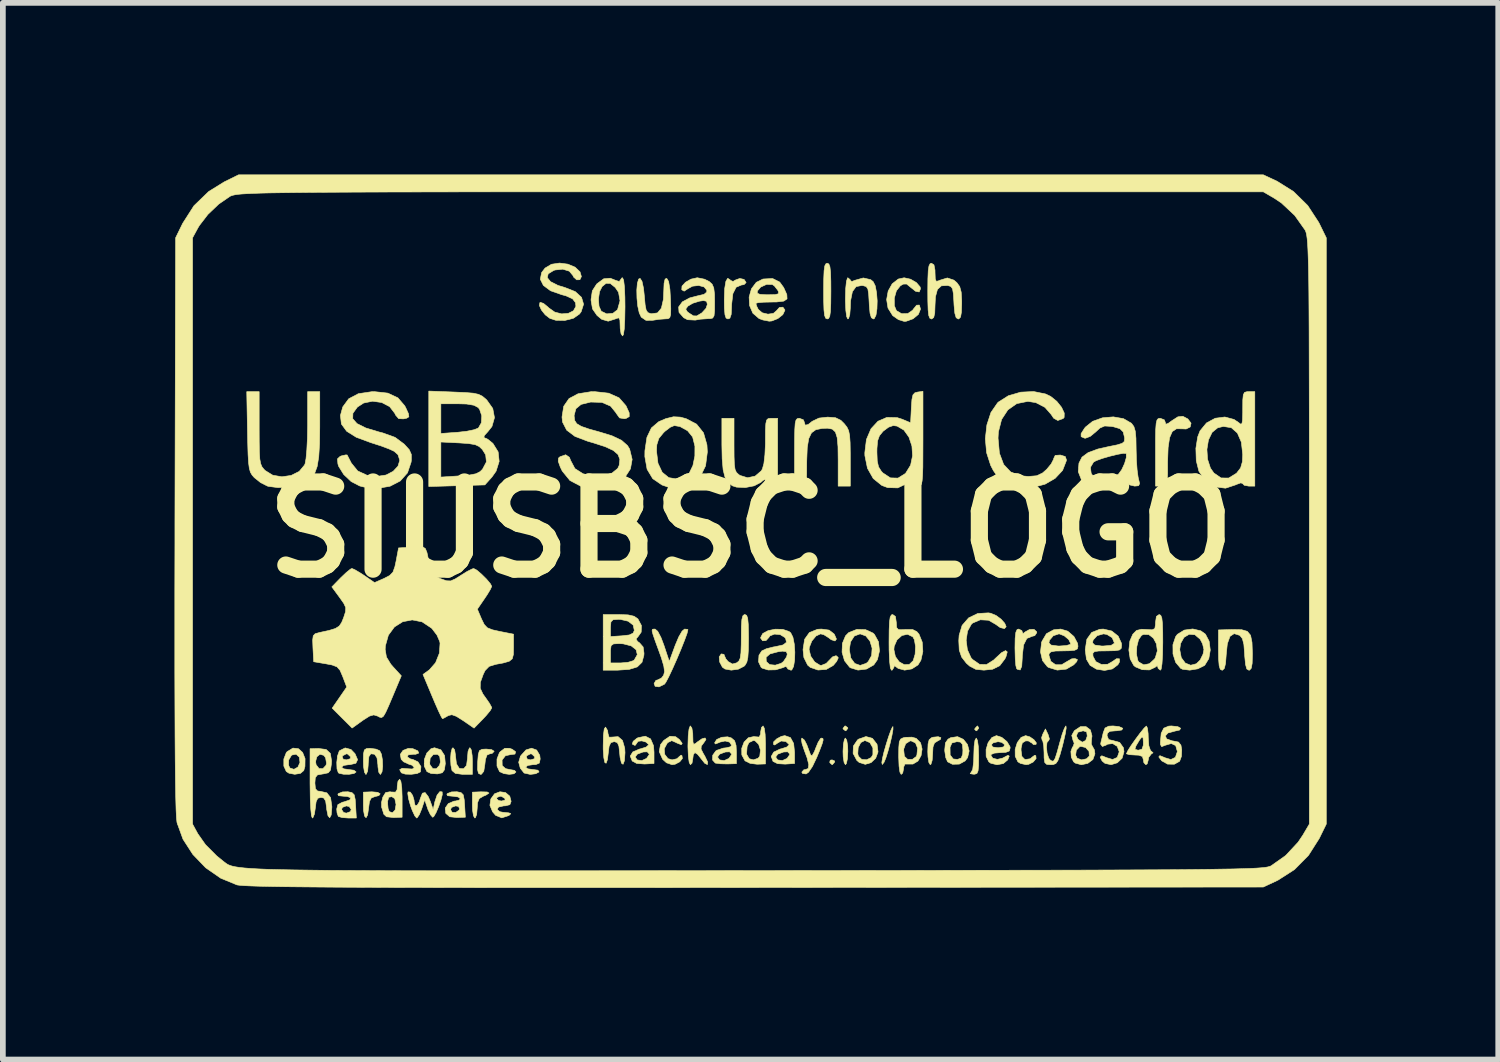
<source format=kicad_pcb>
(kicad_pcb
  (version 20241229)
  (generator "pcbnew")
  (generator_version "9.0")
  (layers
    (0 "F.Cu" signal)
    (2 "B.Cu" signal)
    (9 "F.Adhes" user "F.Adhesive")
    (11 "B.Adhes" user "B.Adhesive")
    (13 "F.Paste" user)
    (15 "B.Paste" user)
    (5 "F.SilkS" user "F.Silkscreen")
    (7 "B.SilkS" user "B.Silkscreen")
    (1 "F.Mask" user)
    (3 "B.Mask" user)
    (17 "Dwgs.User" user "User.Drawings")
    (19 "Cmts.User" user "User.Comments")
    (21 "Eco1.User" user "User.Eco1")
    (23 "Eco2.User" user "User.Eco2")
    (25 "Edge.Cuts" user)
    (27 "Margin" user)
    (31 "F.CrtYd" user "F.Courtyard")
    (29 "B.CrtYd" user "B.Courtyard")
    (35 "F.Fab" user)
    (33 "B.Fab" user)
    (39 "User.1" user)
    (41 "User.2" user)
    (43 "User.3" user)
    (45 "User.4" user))
  (footprint "SIUSBSC_LOGO"
    (layer "F.Cu")
    (at 10.073 6.207)
    (property "Reference" "SIUSBSC_LOGO" (at 0 0 0) (layer "F.SilkS") (effects (font (size 1.524 1.524) (thickness 0.3))))
    (attr through_hole)
    (fp_poly (pts (xy 1.464 4.042) (xy 1.46 4.064) (xy 1.424 4.104) (xy 1.418 4.106) (xy 1.385 4.077) (xy 1.376 4.064) (xy 1.386 4.028) (xy 1.418 4.022) (xy 1.464 4.042)) (stroke (width 0.01) (type solid)) (fill yes) (layer "F.SilkS"))
    (fp_poly (pts (xy 1.692 3.461) (xy 1.693 3.471) (xy 1.661 3.512) (xy 1.651 3.514) (xy 1.61 3.481) (xy 1.609 3.471) (xy 1.641 3.43) (xy 1.651 3.429) (xy 1.692 3.461)) (stroke (width 0.01) (type solid)) (fill yes) (layer "F.SilkS"))
    (fp_poly (pts (xy 3.979 3.462) (xy 3.979 3.471) (xy 3.947 3.512) (xy 3.935 3.514) (xy 3.909 3.488) (xy 3.916 3.471) (xy 3.954 3.431) (xy 3.961 3.429) (xy 3.979 3.462)) (stroke (width 0.01) (type solid)) (fill yes) (layer "F.SilkS"))
    (fp_poly (pts (xy 1.674 3.679) (xy 1.69 3.778) (xy 1.693 3.873) (xy 1.686 4.001) (xy 1.668 4.086) (xy 1.651 4.106) (xy 1.628 4.068) (xy 1.612 3.969) (xy 1.609 3.873) (xy 1.616 3.746) (xy 1.634 3.661) (xy 1.651 3.641) (xy 1.674 3.679)) (stroke (width 0.01) (type solid)) (fill yes) (layer "F.SilkS"))
    (fp_poly (pts (xy -6.523 4.589) (xy -6.479 4.615) (xy -6.502 4.646) (xy -6.572 4.664) (xy -6.635 4.688) (xy -6.667 4.751) (xy -6.681 4.858) (xy -6.699 4.985) (xy -6.726 5.033) (xy -6.752 5.005) (xy -6.77 4.907) (xy -6.773 4.812) (xy -6.773 4.586) (xy -6.625 4.58) (xy -6.523 4.589)) (stroke (width 0.01) (type solid)) (fill yes) (layer "F.SilkS"))
    (fp_poly (pts (xy -4.608 4.583) (xy -4.578 4.602) (xy -4.631 4.638) (xy -4.678 4.657) (xy -4.748 4.698) (xy -4.778 4.77) (xy -4.784 4.867) (xy -4.793 4.974) (xy -4.816 5.033) (xy -4.826 5.038) (xy -4.849 4.999) (xy -4.865 4.901) (xy -4.868 4.812) (xy -4.868 4.586) (xy -4.72 4.58) (xy -4.608 4.583)) (stroke (width 0.01) (type solid)) (fill yes) (layer "F.SilkS"))
    (fp_poly (pts (xy 2.482 3.49) (xy 2.464 3.594) (xy 2.433 3.729) (xy 2.395 3.869) (xy 2.357 3.989) (xy 2.326 4.064) (xy 2.295 4.103) (xy 2.287 4.069) (xy 2.298 3.997) (xy 2.325 3.883) (xy 2.364 3.748) (xy 2.406 3.615) (xy 2.445 3.507) (xy 2.473 3.447) (xy 2.482 3.441) (xy 2.482 3.49)) (stroke (width 0.01) (type solid)) (fill yes) (layer "F.SilkS"))
    (fp_poly (pts (xy 3.32 3.634) (xy 3.31 3.666) (xy 3.267 3.689) (xy 3.208 3.726) (xy 3.181 3.797) (xy 3.175 3.914) (xy 3.167 4.029) (xy 3.146 4.097) (xy 3.133 4.106) (xy 3.109 4.068) (xy 3.094 3.97) (xy 3.09 3.878) (xy 3.095 3.743) (xy 3.114 3.67) (xy 3.155 3.635) (xy 3.182 3.626) (xy 3.272 3.617) (xy 3.32 3.634)) (stroke (width 0.01) (type solid)) (fill yes) (layer "F.SilkS"))
    (fp_poly (pts (xy 3.958 3.68) (xy 3.973 3.787) (xy 3.979 3.943) (xy 3.979 3.958) (xy 3.978 4.12) (xy 3.969 4.214) (xy 3.949 4.259) (xy 3.912 4.272) (xy 3.884 4.272) (xy 3.831 4.263) (xy 3.842 4.248) (xy 3.875 4.19) (xy 3.892 4.049) (xy 3.895 3.933) (xy 3.9 3.783) (xy 3.915 3.679) (xy 3.937 3.641) (xy 3.958 3.68)) (stroke (width 0.01) (type solid)) (fill yes) (layer "F.SilkS"))
    (fp_poly (pts (xy -4.532 3.843) (xy -4.489 3.87) (xy -4.488 3.873) (xy -4.523 3.909) (xy -4.562 3.916) (xy -4.612 3.937) (xy -4.64 4.014) (xy -4.649 4.096) (xy -4.669 4.222) (xy -4.71 4.273) (xy -4.725 4.276) (xy -4.762 4.257) (xy -4.778 4.19) (xy -4.775 4.056) (xy -4.775 4.055) (xy -4.765 3.927) (xy -4.745 3.861) (xy -4.699 3.837) (xy -4.626 3.833) (xy -4.532 3.843)) (stroke (width 0.01) (type solid)) (fill yes) (layer "F.SilkS"))
    (fp_poly (pts (xy 1.361 -4.644) (xy 1.38 -4.596) (xy 1.391 -4.5) (xy 1.396 -4.343) (xy 1.397 -4.17) (xy 1.395 -3.956) (xy 1.389 -3.814) (xy 1.377 -3.73) (xy 1.356 -3.691) (xy 1.333 -3.683) (xy 1.306 -3.696) (xy 1.287 -3.744) (xy 1.276 -3.84) (xy 1.271 -3.997) (xy 1.27 -4.17) (xy 1.272 -4.384) (xy 1.278 -4.526) (xy 1.29 -4.61) (xy 1.311 -4.649) (xy 1.333 -4.657) (xy 1.361 -4.644)) (stroke (width 0.01) (type solid)) (fill yes) (layer "F.SilkS"))
    (fp_poly (pts (xy -4.219 3.82) (xy -4.173 3.836) (xy -4.112 3.881) (xy -4.124 3.921) (xy -4.197 3.929) (xy -4.291 3.95) (xy -4.349 4.025) (xy -4.347 4.122) (xy -4.288 4.175) (xy -4.213 4.191) (xy -4.133 4.205) (xy -4.106 4.233) (xy -4.141 4.265) (xy -4.223 4.275) (xy -4.317 4.262) (xy -4.39 4.229) (xy -4.394 4.225) (xy -4.438 4.13) (xy -4.438 4.007) (xy -4.396 3.897) (xy -4.378 3.877) (xy -4.301 3.819) (xy -4.219 3.82)) (stroke (width 0.01) (type solid)) (fill yes) (layer "F.SilkS"))
    (fp_poly (pts (xy -4.887 3.848) (xy -4.872 3.947) (xy -4.868 4.043) (xy -4.868 4.276) (xy -5.033 4.276) (xy -5.166 4.258) (xy -5.224 4.209) (xy -5.243 4.116) (xy -5.249 4.001) (xy -5.241 3.893) (xy -5.222 3.822) (xy -5.207 3.81) (xy -5.178 3.847) (xy -5.164 3.937) (xy -5.164 3.948) (xy -5.146 4.092) (xy -5.096 4.172) (xy -5.021 4.177) (xy -4.97 4.119) (xy -4.953 3.991) (xy -4.953 3.981) (xy -4.944 3.874) (xy -4.92 3.815) (xy -4.911 3.81) (xy -4.887 3.848)) (stroke (width 0.01) (type solid)) (fill yes) (layer "F.SilkS"))
    (fp_poly (pts (xy -0.364 -4.367) (xy -0.359 -4.359) (xy -0.313 -4.338) (xy -0.272 -4.363) (xy -0.195 -4.391) (xy -0.12 -4.374) (xy -0.085 -4.321) (xy -0.085 -4.319) (xy -0.12 -4.284) (xy -0.168 -4.276) (xy -0.259 -4.238) (xy -0.316 -4.125) (xy -0.338 -3.935) (xy -0.339 -3.897) (xy -0.345 -3.763) (xy -0.368 -3.697) (xy -0.402 -3.683) (xy -0.435 -3.699) (xy -0.454 -3.757) (xy -0.464 -3.872) (xy -0.466 -4.019) (xy -0.459 -4.215) (xy -0.438 -4.341) (xy -0.406 -4.394) (xy -0.364 -4.367)) (stroke (width 0.01) (type solid)) (fill yes) (layer "F.SilkS"))
    (fp_poly (pts (xy 4.734 1.763) (xy 4.741 1.786) (xy 4.754 1.816) (xy 4.792 1.786) (xy 4.87 1.743) (xy 4.948 1.742) (xy 4.993 1.783) (xy 4.995 1.799) (xy 4.96 1.851) (xy 4.912 1.863) (xy 4.821 1.9) (xy 4.764 2.014) (xy 4.742 2.204) (xy 4.741 2.241) (xy 4.732 2.386) (xy 4.705 2.451) (xy 4.656 2.439) (xy 4.643 2.427) (xy 4.629 2.374) (xy 4.619 2.259) (xy 4.615 2.105) (xy 4.614 2.067) (xy 4.617 1.896) (xy 4.629 1.793) (xy 4.651 1.745) (xy 4.678 1.736) (xy 4.734 1.763)) (stroke (width 0.01) (type solid)) (fill yes) (layer "F.SilkS"))
    (fp_poly (pts (xy -7.909 3.826) (xy -7.835 3.892) (xy -7.792 4) (xy -7.794 4.136) (xy -7.815 4.209) (xy -7.873 4.258) (xy -7.972 4.274) (xy -8.073 4.255) (xy -8.12 4.225) (xy -8.163 4.13) (xy -8.163 4.119) (xy -8.08 4.119) (xy -8.056 4.164) (xy -7.986 4.187) (xy -7.917 4.148) (xy -7.881 4.068) (xy -7.893 3.973) (xy -7.948 3.923) (xy -8.021 3.937) (xy -8.031 3.945) (xy -8.078 4.024) (xy -8.08 4.119) (xy -8.163 4.119) (xy -8.163 4.007) (xy -8.121 3.897) (xy -8.104 3.877) (xy -8.003 3.816) (xy -7.909 3.826)) (stroke (width 0.01) (type solid)) (fill yes) (layer "F.SilkS"))
    (fp_poly (pts (xy -5.419 3.846) (xy -5.354 3.946) (xy -5.341 4.087) (xy -5.357 4.196) (xy -5.394 4.247) (xy -5.473 4.266) (xy -5.482 4.267) (xy -5.591 4.26) (xy -5.662 4.227) (xy -5.709 4.131) (xy -5.709 4.088) (xy -5.614 4.088) (xy -5.609 4.107) (xy -5.56 4.175) (xy -5.496 4.176) (xy -5.442 4.116) (xy -5.427 4.058) (xy -5.439 3.96) (xy -5.477 3.924) (xy -5.553 3.93) (xy -5.606 3.994) (xy -5.614 4.088) (xy -5.709 4.088) (xy -5.707 4.013) (xy -5.664 3.902) (xy -5.591 3.827) (xy -5.53 3.81) (xy -5.419 3.846)) (stroke (width 0.01) (type solid)) (fill yes) (layer "F.SilkS"))
    (fp_poly (pts (xy -1.317 3.617) (xy -1.25 3.667) (xy -1.201 3.734) (xy -1.218 3.757) (xy -1.294 3.727) (xy -1.308 3.719) (xy -1.385 3.686) (xy -1.448 3.717) (xy -1.465 3.733) (xy -1.515 3.827) (xy -1.507 3.926) (xy -1.45 4) (xy -1.379 4.022) (xy -1.293 4.002) (xy -1.258 3.969) (xy -1.222 3.939) (xy -1.206 3.947) (xy -1.198 3.998) (xy -1.245 4.056) (xy -1.325 4.098) (xy -1.379 4.106) (xy -1.476 4.073) (xy -1.543 4.012) (xy -1.603 3.878) (xy -1.581 3.757) (xy -1.524 3.683) (xy -1.416 3.609) (xy -1.317 3.617)) (stroke (width 0.01) (type solid)) (fill yes) (layer "F.SilkS"))
    (fp_poly (pts (xy -6.551 3.834) (xy -6.488 3.862) (xy -6.457 3.923) (xy -6.44 4.024) (xy -6.436 4.137) (xy -6.447 4.231) (xy -6.473 4.275) (xy -6.477 4.276) (xy -6.504 4.238) (xy -6.518 4.145) (xy -6.519 4.111) (xy -6.535 3.986) (xy -6.577 3.924) (xy -6.579 3.923) (xy -6.643 3.916) (xy -6.677 3.965) (xy -6.688 4.083) (xy -6.689 4.113) (xy -6.698 4.217) (xy -6.723 4.273) (xy -6.731 4.276) (xy -6.754 4.237) (xy -6.77 4.139) (xy -6.773 4.048) (xy -6.771 3.917) (xy -6.756 3.849) (xy -6.718 3.824) (xy -6.657 3.82) (xy -6.551 3.834)) (stroke (width 0.01) (type solid)) (fill yes) (layer "F.SilkS"))
    (fp_poly (pts (xy 1.257 3.647) (xy 1.262 3.675) (xy 1.244 3.741) (xy 1.199 3.86) (xy 1.15 3.979) (xy 1.074 4.138) (xy 1.005 4.239) (xy 0.963 4.268) (xy 0.901 4.259) (xy 0.889 4.236) (xy 0.923 4.196) (xy 0.953 4.191) (xy 1.001 4.172) (xy 1.011 4.107) (xy 0.981 3.986) (xy 0.932 3.854) (xy 0.893 3.737) (xy 0.881 3.66) (xy 0.891 3.641) (xy 0.934 3.676) (xy 0.976 3.757) (xy 1.016 3.865) (xy 1.043 3.937) (xy 1.07 3.947) (xy 1.11 3.875) (xy 1.13 3.821) (xy 1.175 3.713) (xy 1.217 3.648) (xy 1.231 3.641) (xy 1.257 3.647)) (stroke (width 0.01) (type solid)) (fill yes) (layer "F.SilkS"))
    (fp_poly (pts (xy 2.123 3.646) (xy 2.202 3.748) (xy 2.204 3.754) (xy 2.221 3.883) (xy 2.18 3.993) (xy 2.099 4.07) (xy 1.998 4.1) (xy 1.893 4.068) (xy 1.85 4.031) (xy 1.789 3.916) (xy 1.867 3.916) (xy 1.878 3.958) (xy 1.936 4.014) (xy 2.023 4.02) (xy 2.101 3.981) (xy 2.131 3.93) (xy 2.131 3.813) (xy 2.079 3.721) (xy 1.991 3.683) (xy 1.989 3.683) (xy 1.919 3.72) (xy 1.874 3.808) (xy 1.867 3.916) (xy 1.789 3.916) (xy 1.785 3.908) (xy 1.79 3.78) (xy 1.862 3.674) (xy 1.882 3.659) (xy 2.01 3.614) (xy 2.123 3.646)) (stroke (width 0.01) (type solid)) (fill yes) (layer "F.SilkS"))
    (fp_poly (pts (xy 3.712 3.663) (xy 3.784 3.753) (xy 3.813 3.866) (xy 3.786 3.982) (xy 3.743 4.04) (xy 3.64 4.096) (xy 3.521 4.099) (xy 3.437 4.056) (xy 3.404 3.982) (xy 3.387 3.867) (xy 3.387 3.843) (xy 3.391 3.802) (xy 3.479 3.802) (xy 3.481 3.937) (xy 3.535 4.006) (xy 3.609 4.014) (xy 3.675 3.989) (xy 3.701 3.921) (xy 3.704 3.852) (xy 3.696 3.752) (xy 3.661 3.711) (xy 3.598 3.704) (xy 3.512 3.727) (xy 3.479 3.802) (xy 3.391 3.802) (xy 3.398 3.726) (xy 3.444 3.66) (xy 3.491 3.634) (xy 3.61 3.616) (xy 3.712 3.663)) (stroke (width 0.01) (type solid)) (fill yes) (layer "F.SilkS"))
    (fp_poly (pts (xy 4.874 3.62) (xy 4.946 3.67) (xy 4.987 3.724) (xy 4.982 3.752) (xy 4.935 3.754) (xy 4.914 3.731) (xy 4.848 3.691) (xy 4.8 3.69) (xy 4.742 3.726) (xy 4.721 3.816) (xy 4.72 3.852) (xy 4.734 3.961) (xy 4.78 4.009) (xy 4.8 4.015) (xy 4.882 4.002) (xy 4.914 3.974) (xy 4.959 3.941) (xy 4.978 3.948) (xy 4.983 3.999) (xy 4.934 4.058) (xy 4.855 4.099) (xy 4.808 4.106) (xy 4.71 4.084) (xy 4.665 4.056) (xy 4.618 3.96) (xy 4.617 3.839) (xy 4.654 3.72) (xy 4.72 3.63) (xy 4.8 3.598) (xy 4.874 3.62)) (stroke (width 0.01) (type solid)) (fill yes) (layer "F.SilkS"))
    (fp_poly (pts (xy -5.909 3.826) (xy -5.822 3.864) (xy -5.805 3.903) (xy -5.859 3.924) (xy -5.903 3.924) (xy -5.99 3.935) (xy -6.005 3.971) (xy -5.949 4.006) (xy -5.909 4.014) (xy -5.819 4.057) (xy -5.767 4.139) (xy -5.775 4.228) (xy -5.778 4.233) (xy -5.835 4.261) (xy -5.936 4.274) (xy -6.04 4.271) (xy -6.108 4.249) (xy -6.11 4.247) (xy -6.139 4.193) (xy -6.095 4.169) (xy -6.011 4.176) (xy -5.917 4.182) (xy -5.884 4.157) (xy -5.92 4.116) (xy -5.975 4.099) (xy -6.071 4.055) (xy -6.112 4.012) (xy -6.128 3.926) (xy -6.08 3.856) (xy -5.988 3.821) (xy -5.909 3.826)) (stroke (width 0.01) (type solid)) (fill yes) (layer "F.SilkS"))
    (fp_poly (pts (xy -2.54 3.45) (xy -2.505 3.51) (xy -2.498 3.563) (xy -2.479 3.626) (xy -2.431 3.624) (xy -2.322 3.616) (xy -2.245 3.682) (xy -2.206 3.816) (xy -2.201 3.896) (xy -2.211 4.037) (xy -2.235 4.099) (xy -2.263 4.079) (xy -2.287 3.978) (xy -2.294 3.905) (xy -2.308 3.781) (xy -2.335 3.721) (xy -2.385 3.704) (xy -2.392 3.704) (xy -2.449 3.721) (xy -2.479 3.786) (xy -2.49 3.873) (xy -2.508 4.017) (xy -2.531 4.081) (xy -2.553 4.069) (xy -2.571 3.987) (xy -2.582 3.839) (xy -2.582 3.774) (xy -2.578 3.592) (xy -2.564 3.482) (xy -2.542 3.449) (xy -2.54 3.45)) (stroke (width 0.01) (type solid)) (fill yes) (layer "F.SilkS"))
    (fp_poly (pts (xy -4.289 4.593) (xy -4.215 4.656) (xy -4.191 4.747) (xy -4.213 4.805) (xy -4.292 4.825) (xy -4.322 4.826) (xy -4.411 4.846) (xy -4.435 4.888) (xy -4.391 4.927) (xy -4.335 4.938) (xy -4.231 4.948) (xy -4.197 4.962) (xy -4.221 4.987) (xy -4.233 4.995) (xy -4.354 5.035) (xy -4.461 4.992) (xy -4.515 4.929) (xy -4.562 4.816) (xy -4.546 4.706) (xy -4.541 4.699) (xy -4.445 4.699) (xy -4.409 4.733) (xy -4.358 4.741) (xy -4.299 4.725) (xy -4.297 4.699) (xy -4.358 4.66) (xy -4.384 4.657) (xy -4.439 4.68) (xy -4.445 4.699) (xy -4.541 4.699) (xy -4.481 4.615) (xy -4.386 4.579) (xy -4.289 4.593)) (stroke (width 0.01) (type solid)) (fill yes) (layer "F.SilkS"))
    (fp_poly (pts (xy 8.575 1.747) (xy 8.674 1.776) (xy 8.731 1.845) (xy 8.756 1.969) (xy 8.763 2.162) (xy 8.763 2.177) (xy 8.759 2.334) (xy 8.743 2.421) (xy 8.713 2.454) (xy 8.701 2.455) (xy 8.665 2.433) (xy 8.643 2.355) (xy 8.629 2.21) (xy 8.627 2.174) (xy 8.614 2.005) (xy 8.588 1.903) (xy 8.545 1.849) (xy 8.541 1.846) (xy 8.443 1.816) (xy 8.371 1.864) (xy 8.325 1.992) (xy 8.306 2.174) (xy 8.294 2.334) (xy 8.273 2.423) (xy 8.24 2.455) (xy 8.232 2.455) (xy 8.201 2.438) (xy 8.182 2.377) (xy 8.172 2.258) (xy 8.17 2.103) (xy 8.17 1.751) (xy 8.423 1.744) (xy 8.575 1.747)) (stroke (width 0.01) (type solid)) (fill yes) (layer "F.SilkS"))
    (fp_poly (pts (xy -6.117 4.4) (xy -6.102 4.508) (xy -6.096 4.667) (xy -6.096 4.692) (xy -6.096 5.024) (xy -6.246 5.03) (xy -6.368 5.016) (xy -6.415 4.973) (xy -6.446 4.873) (xy -6.455 4.847) (xy -6.455 4.774) (xy -6.35 4.774) (xy -6.341 4.872) (xy -6.321 4.926) (xy -6.263 4.946) (xy -6.218 4.897) (xy -6.202 4.802) (xy -6.224 4.699) (xy -6.276 4.665) (xy -6.33 4.675) (xy -6.349 4.745) (xy -6.35 4.774) (xy -6.455 4.774) (xy -6.455 4.761) (xy -6.433 4.673) (xy -6.384 4.593) (xy -6.308 4.579) (xy -6.286 4.583) (xy -6.211 4.586) (xy -6.183 4.54) (xy -6.181 4.481) (xy -6.168 4.395) (xy -6.138 4.36) (xy -6.117 4.4)) (stroke (width 0.01) (type solid)) (fill yes) (layer "F.SilkS"))
    (fp_poly (pts (xy -1.032 3.467) (xy -1.017 3.561) (xy -1.016 3.605) (xy -1.013 3.713) (xy -0.999 3.75) (xy -0.962 3.731) (xy -0.939 3.711) (xy -0.857 3.654) (xy -0.801 3.639) (xy -0.786 3.666) (xy -0.824 3.723) (xy -0.868 3.781) (xy -0.872 3.833) (xy -0.832 3.913) (xy -0.806 3.956) (xy -0.756 4.06) (xy -0.761 4.104) (xy -0.807 4.082) (xy -0.872 4) (xy -0.932 3.925) (xy -0.979 3.895) (xy -1.007 3.931) (xy -1.016 4) (xy -1.03 4.08) (xy -1.058 4.106) (xy -1.079 4.067) (xy -1.094 3.959) (xy -1.101 3.798) (xy -1.101 3.768) (xy -1.096 3.6) (xy -1.082 3.482) (xy -1.062 3.43) (xy -1.058 3.429) (xy -1.032 3.467)) (stroke (width 0.01) (type solid)) (fill yes) (layer "F.SilkS"))
    (fp_poly (pts (xy 2.002 1.746) (xy 2.133 1.806) (xy 2.157 1.828) (xy 2.229 1.959) (xy 2.246 2.118) (xy 2.21 2.271) (xy 2.146 2.363) (xy 2.019 2.435) (xy 1.871 2.453) (xy 1.74 2.413) (xy 1.724 2.402) (xy 1.635 2.289) (xy 1.592 2.141) (xy 1.594 2.095) (xy 1.719 2.095) (xy 1.745 2.242) (xy 1.814 2.337) (xy 1.909 2.371) (xy 2.014 2.335) (xy 2.05 2.304) (xy 2.109 2.198) (xy 2.117 2.07) (xy 2.08 1.947) (xy 2.007 1.856) (xy 1.907 1.82) (xy 1.806 1.858) (xy 1.74 1.961) (xy 1.719 2.095) (xy 1.594 2.095) (xy 1.598 1.986) (xy 1.653 1.854) (xy 1.708 1.798) (xy 1.849 1.742) (xy 2.002 1.746)) (stroke (width 0.01) (type solid)) (fill yes) (layer "F.SilkS"))
    (fp_poly (pts (xy 7.635 -1.936) (xy 7.691 -1.862) (xy 7.676 -1.796) (xy 7.605 -1.76) (xy 7.537 -1.763) (xy 7.436 -1.764) (xy 7.363 -1.716) (xy 7.316 -1.609) (xy 7.29 -1.436) (xy 7.281 -1.188) (xy 7.281 -1.176) (xy 7.281 -0.986) (xy 7.276 -0.866) (xy 7.263 -0.799) (xy 7.238 -0.769) (xy 7.198 -0.762) (xy 7.176 -0.762) (xy 7.07 -0.762) (xy 7.07 -1.355) (xy 7.07 -1.589) (xy 7.073 -1.752) (xy 7.081 -1.856) (xy 7.095 -1.915) (xy 7.116 -1.941) (xy 7.148 -1.947) (xy 7.154 -1.947) (xy 7.224 -1.92) (xy 7.239 -1.881) (xy 7.25 -1.844) (xy 7.294 -1.86) (xy 7.351 -1.902) (xy 7.461 -1.973) (xy 7.548 -1.982) (xy 7.635 -1.936)) (stroke (width 0.01) (type solid)) (fill yes) (layer "F.SilkS"))
    (fp_poly (pts (xy -6.972 4.594) (xy -6.934 4.631) (xy -6.916 4.713) (xy -6.909 4.815) (xy -6.896 5.038) (xy -7.039 5.038) (xy -7.145 5.03) (xy -7.208 5.011) (xy -7.211 5.009) (xy -7.233 4.949) (xy -7.238 4.889) (xy -7.154 4.889) (xy -7.119 4.941) (xy -7.07 4.953) (xy -7.001 4.927) (xy -6.985 4.889) (xy -7.02 4.838) (xy -7.07 4.826) (xy -7.139 4.852) (xy -7.154 4.889) (xy -7.238 4.889) (xy -7.239 4.881) (xy -7.218 4.803) (xy -7.139 4.762) (xy -7.112 4.756) (xy -7.011 4.722) (xy -6.992 4.686) (xy -7.053 4.661) (xy -7.12 4.657) (xy -7.208 4.648) (xy -7.219 4.622) (xy -7.21 4.611) (xy -7.138 4.582) (xy -7.043 4.579) (xy -6.972 4.594)) (stroke (width 0.01) (type solid)) (fill yes) (layer "F.SilkS"))
    (fp_poly (pts (xy -5.066 4.594) (xy -5.028 4.632) (xy -5.011 4.717) (xy -5.004 4.808) (xy -4.991 5.024) (xy -5.141 5.029) (xy -5.264 5.016) (xy -5.331 4.958) (xy -5.333 4.955) (xy -5.339 4.893) (xy -5.249 4.893) (xy -5.221 4.939) (xy -5.159 4.941) (xy -5.103 4.902) (xy -5.091 4.879) (xy -5.11 4.836) (xy -5.161 4.826) (xy -5.234 4.853) (xy -5.249 4.893) (xy -5.339 4.893) (xy -5.342 4.863) (xy -5.288 4.785) (xy -5.188 4.743) (xy -5.162 4.741) (xy -5.095 4.723) (xy -5.08 4.699) (xy -5.117 4.67) (xy -5.207 4.657) (xy -5.215 4.657) (xy -5.303 4.648) (xy -5.314 4.622) (xy -5.305 4.611) (xy -5.233 4.582) (xy -5.138 4.579) (xy -5.066 4.594)) (stroke (width 0.01) (type solid)) (fill yes) (layer "F.SilkS"))
    (fp_poly (pts (xy -1.904 -4.341) (xy -1.877 -4.217) (xy -1.863 -4.082) (xy -1.849 -3.927) (xy -1.831 -3.837) (xy -1.801 -3.794) (xy -1.751 -3.776) (xy -1.738 -3.774) (xy -1.633 -3.789) (xy -1.565 -3.872) (xy -1.53 -4.026) (xy -1.524 -4.16) (xy -1.518 -4.308) (xy -1.5 -4.381) (xy -1.471 -4.392) (xy -1.439 -4.338) (xy -1.416 -4.2) (xy -1.406 -4.029) (xy -1.401 -3.859) (xy -1.404 -3.757) (xy -1.419 -3.705) (xy -1.45 -3.687) (xy -1.491 -3.685) (xy -1.605 -3.677) (xy -1.715 -3.66) (xy -1.833 -3.658) (xy -1.917 -3.715) (xy -1.952 -3.789) (xy -1.978 -3.907) (xy -1.992 -4.048) (xy -1.995 -4.188) (xy -1.985 -4.306) (xy -1.963 -4.38) (xy -1.937 -4.392) (xy -1.904 -4.341)) (stroke (width 0.01) (type solid)) (fill yes) (layer "F.SilkS"))
    (fp_poly (pts (xy -0.076 1.496) (xy -0.057 1.547) (xy -0.047 1.651) (xy -0.043 1.819) (xy -0.042 1.898) (xy -0.045 2.098) (xy -0.054 2.231) (xy -0.072 2.315) (xy -0.104 2.369) (xy -0.12 2.385) (xy -0.22 2.437) (xy -0.344 2.454) (xy -0.454 2.434) (xy -0.499 2.402) (xy -0.547 2.311) (xy -0.555 2.223) (xy -0.52 2.171) (xy -0.519 2.17) (xy -0.471 2.178) (xy -0.466 2.195) (xy -0.439 2.256) (xy -0.399 2.304) (xy -0.323 2.347) (xy -0.251 2.327) (xy -0.212 2.297) (xy -0.188 2.245) (xy -0.175 2.154) (xy -0.17 2.007) (xy -0.169 1.882) (xy -0.167 1.691) (xy -0.159 1.57) (xy -0.142 1.505) (xy -0.115 1.482) (xy -0.106 1.482) (xy -0.076 1.496)) (stroke (width 0.01) (type solid)) (fill yes) (layer "F.SilkS"))
    (fp_poly (pts (xy 0.233 3.469) (xy 0.248 3.576) (xy 0.254 3.736) (xy 0.254 3.761) (xy 0.254 4.093) (xy 0.108 4.098) (xy -0.014 4.083) (xy -0.103 4.039) (xy -0.104 4.038) (xy -0.159 3.937) (xy -0.16 3.922) (xy -0.077 3.922) (xy -0.03 4.002) (xy 0.042 4.022) (xy 0.124 3.994) (xy 0.154 3.958) (xy 0.166 3.851) (xy 0.135 3.751) (xy 0.073 3.69) (xy 0.042 3.683) (xy -0.036 3.721) (xy -0.067 3.789) (xy -0.077 3.922) (xy -0.16 3.922) (xy -0.161 3.82) (xy -0.12 3.711) (xy -0.045 3.635) (xy 0.053 3.614) (xy 0.068 3.617) (xy 0.143 3.623) (xy 0.168 3.574) (xy 0.169 3.536) (xy 0.184 3.456) (xy 0.212 3.429) (xy 0.233 3.469)) (stroke (width 0.01) (type solid)) (fill yes) (layer "F.SilkS"))
    (fp_poly (pts (xy -1.676 1.736) (xy -1.629 1.775) (xy -1.572 1.884) (xy -1.521 2.019) (xy -1.427 2.302) (xy -1.323 2.019) (xy -1.261 1.872) (xy -1.203 1.772) (xy -1.159 1.736) (xy -1.106 1.742) (xy -1.101 1.746) (xy -1.117 1.813) (xy -1.161 1.933) (xy -1.223 2.089) (xy -1.295 2.26) (xy -1.369 2.427) (xy -1.436 2.569) (xy -1.487 2.666) (xy -1.511 2.699) (xy -1.607 2.746) (xy -1.674 2.737) (xy -1.693 2.688) (xy -1.66 2.632) (xy -1.631 2.625) (xy -1.563 2.591) (xy -1.526 2.543) (xy -1.51 2.48) (xy -1.523 2.383) (xy -1.566 2.237) (xy -1.609 2.117) (xy -1.674 1.94) (xy -1.712 1.829) (xy -1.728 1.768) (xy -1.722 1.741) (xy -1.698 1.736) (xy -1.676 1.736)) (stroke (width 0.01) (type solid)) (fill yes) (layer "F.SilkS"))
    (fp_poly (pts (xy 1.365 1.754) (xy 1.45 1.819) (xy 1.459 1.831) (xy 1.494 1.911) (xy 1.469 1.944) (xy 1.401 1.921) (xy 1.359 1.888) (xy 1.273 1.834) (xy 1.216 1.82) (xy 1.137 1.857) (xy 1.064 1.945) (xy 1.02 2.055) (xy 1.016 2.095) (xy 1.045 2.211) (xy 1.115 2.312) (xy 1.204 2.367) (xy 1.23 2.371) (xy 1.315 2.337) (xy 1.364 2.286) (xy 1.426 2.222) (xy 1.488 2.201) (xy 1.523 2.23) (xy 1.524 2.244) (xy 1.497 2.302) (xy 1.439 2.371) (xy 1.317 2.441) (xy 1.172 2.452) (xy 1.038 2.406) (xy 0.991 2.366) (xy 0.925 2.233) (xy 0.91 2.095) (xy 0.938 1.914) (xy 1.022 1.796) (xy 1.163 1.74) (xy 1.232 1.736) (xy 1.365 1.754)) (stroke (width 0.01) (type solid)) (fill yes) (layer "F.SilkS"))
    (fp_poly (pts (xy 2.789 -4.378) (xy 2.892 -4.318) (xy 2.956 -4.243) (xy 2.963 -4.21) (xy 2.94 -4.155) (xy 2.877 -4.167) (xy 2.791 -4.236) (xy 2.72 -4.294) (xy 2.661 -4.292) (xy 2.611 -4.263) (xy 2.542 -4.176) (xy 2.505 -4.047) (xy 2.506 -3.915) (xy 2.542 -3.828) (xy 2.633 -3.775) (xy 2.741 -3.778) (xy 2.826 -3.836) (xy 2.836 -3.852) (xy 2.895 -3.924) (xy 2.943 -3.926) (xy 2.963 -3.856) (xy 2.963 -3.855) (xy 2.926 -3.763) (xy 2.833 -3.686) (xy 2.713 -3.643) (xy 2.677 -3.641) (xy 2.58 -3.67) (xy 2.479 -3.74) (xy 2.475 -3.745) (xy 2.395 -3.873) (xy 2.371 -4.022) (xy 2.398 -4.171) (xy 2.468 -4.297) (xy 2.575 -4.381) (xy 2.677 -4.403) (xy 2.789 -4.378)) (stroke (width 0.01) (type solid)) (fill yes) (layer "F.SilkS"))
    (fp_poly (pts (xy 7.862 1.767) (xy 7.942 1.825) (xy 8.007 1.949) (xy 8.027 2.103) (xy 8.001 2.253) (xy 7.931 2.367) (xy 7.922 2.374) (xy 7.808 2.431) (xy 7.668 2.454) (xy 7.544 2.439) (xy 7.51 2.423) (xy 7.422 2.318) (xy 7.375 2.17) (xy 7.375 2.095) (xy 7.493 2.095) (xy 7.52 2.236) (xy 7.59 2.33) (xy 7.684 2.368) (xy 7.784 2.342) (xy 7.85 2.277) (xy 7.901 2.173) (xy 7.916 2.095) (xy 7.892 1.994) (xy 7.85 1.914) (xy 7.758 1.835) (xy 7.658 1.827) (xy 7.568 1.881) (xy 7.508 1.988) (xy 7.493 2.095) (xy 7.375 2.095) (xy 7.374 2.01) (xy 7.421 1.87) (xy 7.452 1.828) (xy 7.572 1.754) (xy 7.72 1.734) (xy 7.862 1.767)) (stroke (width 0.01) (type solid)) (fill yes) (layer "F.SilkS"))
    (fp_poly (pts (xy -6.989 3.841) (xy -6.919 3.914) (xy -6.874 4.018) (xy -6.904 4.081) (xy -7.009 4.106) (xy -7.03 4.106) (xy -7.118 4.119) (xy -7.154 4.149) (xy -7.118 4.178) (xy -7.029 4.191) (xy -7.027 4.191) (xy -6.938 4.203) (xy -6.9 4.233) (xy -6.9 4.233) (xy -6.936 4.26) (xy -7.021 4.274) (xy -7.119 4.273) (xy -7.196 4.257) (xy -7.211 4.247) (xy -7.234 4.179) (xy -7.238 4.067) (xy -7.226 3.969) (xy -7.144 3.969) (xy -7.124 4.011) (xy -7.07 4.022) (xy -7.003 4.002) (xy -6.996 3.969) (xy -7.048 3.92) (xy -7.07 3.916) (xy -7.133 3.949) (xy -7.144 3.969) (xy -7.226 3.969) (xy -7.224 3.951) (xy -7.195 3.869) (xy -7.188 3.861) (xy -7.091 3.813) (xy -6.989 3.841)) (stroke (width 0.01) (type solid)) (fill yes) (layer "F.SilkS"))
    (fp_poly (pts (xy -3.745 3.85) (xy -3.691 3.941) (xy -3.683 4.006) (xy -3.698 4.078) (xy -3.759 4.104) (xy -3.81 4.106) (xy -3.899 4.119) (xy -3.937 4.148) (xy -3.937 4.149) (xy -3.9 4.178) (xy -3.811 4.191) (xy -3.808 4.191) (xy -3.723 4.202) (xy -3.703 4.232) (xy -3.704 4.233) (xy -3.761 4.264) (xy -3.856 4.276) (xy -3.964 4.252) (xy -4.031 4.167) (xy -4.031 4.166) (xy -4.059 4.064) (xy -4.031 3.969) (xy -3.926 3.969) (xy -3.907 4.011) (xy -3.852 4.022) (xy -3.785 4.002) (xy -3.778 3.969) (xy -3.83 3.92) (xy -3.852 3.916) (xy -3.916 3.949) (xy -3.926 3.969) (xy -4.031 3.969) (xy -4.03 3.965) (xy -4.018 3.944) (xy -3.931 3.848) (xy -3.833 3.818) (xy -3.745 3.85)) (stroke (width 0.01) (type solid)) (fill yes) (layer "F.SilkS"))
    (fp_poly (pts (xy -5.396 4.581) (xy -5.394 4.63) (xy -5.418 4.726) (xy -5.458 4.839) (xy -5.503 4.944) (xy -5.543 5.013) (xy -5.562 5.025) (xy -5.602 4.979) (xy -5.646 4.885) (xy -5.652 4.866) (xy -5.701 4.72) (xy -5.754 4.879) (xy -5.795 4.979) (xy -5.833 5.034) (xy -5.842 5.038) (xy -5.874 5.001) (xy -5.918 4.907) (xy -5.949 4.823) (xy -5.984 4.699) (xy -5.997 4.609) (xy -5.992 4.581) (xy -5.953 4.585) (xy -5.912 4.643) (xy -5.887 4.727) (xy -5.885 4.752) (xy -5.869 4.818) (xy -5.834 4.816) (xy -5.795 4.754) (xy -5.778 4.697) (xy -5.741 4.604) (xy -5.694 4.593) (xy -5.64 4.663) (xy -5.605 4.744) (xy -5.553 4.889) (xy -5.523 4.751) (xy -5.485 4.638) (xy -5.437 4.577) (xy -5.396 4.581)) (stroke (width 0.01) (type solid)) (fill yes) (layer "F.SilkS"))
    (fp_poly (pts (xy 0.69 3.632) (xy 0.746 3.735) (xy 0.762 3.893) (xy 0.762 4.085) (xy 0.598 4.096) (xy 0.465 4.088) (xy 0.386 4.049) (xy 0.358 3.972) (xy 0.432 3.972) (xy 0.468 4.023) (xy 0.469 4.023) (xy 0.549 4.034) (xy 0.632 3.996) (xy 0.676 3.931) (xy 0.677 3.92) (xy 0.643 3.881) (xy 0.571 3.884) (xy 0.47 3.921) (xy 0.432 3.972) (xy 0.358 3.972) (xy 0.354 3.962) (xy 0.398 3.886) (xy 0.508 3.833) (xy 0.535 3.827) (xy 0.627 3.797) (xy 0.666 3.759) (xy 0.665 3.752) (xy 0.611 3.701) (xy 0.528 3.692) (xy 0.463 3.729) (xy 0.462 3.731) (xy 0.415 3.762) (xy 0.394 3.752) (xy 0.396 3.708) (xy 0.451 3.654) (xy 0.531 3.611) (xy 0.592 3.598) (xy 0.69 3.632)) (stroke (width 0.01) (type solid)) (fill yes) (layer "F.SilkS"))
    (fp_poly (pts (xy 2.888 3.646) (xy 2.965 3.725) (xy 2.991 3.833) (xy 2.973 3.948) (xy 2.918 4.043) (xy 2.831 4.095) (xy 2.769 4.095) (xy 2.692 4.095) (xy 2.668 4.148) (xy 2.667 4.176) (xy 2.652 4.252) (xy 2.625 4.276) (xy 2.603 4.236) (xy 2.588 4.13) (xy 2.582 3.975) (xy 2.582 3.963) (xy 2.583 3.837) (xy 2.668 3.837) (xy 2.681 3.955) (xy 2.683 3.961) (xy 2.739 4.014) (xy 2.82 4.014) (xy 2.887 3.965) (xy 2.9 3.937) (xy 2.912 3.816) (xy 2.875 3.726) (xy 2.799 3.69) (xy 2.78 3.691) (xy 2.704 3.739) (xy 2.668 3.837) (xy 2.583 3.837) (xy 2.584 3.803) (xy 2.592 3.708) (xy 2.615 3.659) (xy 2.658 3.637) (xy 2.698 3.628) (xy 2.812 3.625) (xy 2.888 3.646)) (stroke (width 0.01) (type solid)) (fill yes) (layer "F.SilkS"))
    (fp_poly (pts (xy 4.384 3.629) (xy 4.474 3.703) (xy 4.526 3.789) (xy 4.53 3.812) (xy 4.515 3.866) (xy 4.455 3.89) (xy 4.36 3.895) (xy 4.254 3.904) (xy 4.195 3.929) (xy 4.191 3.938) (xy 4.225 3.992) (xy 4.306 4.013) (xy 4.396 3.992) (xy 4.408 3.986) (xy 4.491 3.942) (xy 4.514 3.956) (xy 4.487 4.022) (xy 4.411 4.086) (xy 4.3 4.107) (xy 4.191 4.081) (xy 4.157 4.056) (xy 4.11 3.961) (xy 4.109 3.84) (xy 4.134 3.757) (xy 4.202 3.757) (xy 4.224 3.797) (xy 4.318 3.81) (xy 4.415 3.796) (xy 4.434 3.757) (xy 4.383 3.716) (xy 4.318 3.704) (xy 4.234 3.724) (xy 4.202 3.757) (xy 4.134 3.757) (xy 4.145 3.72) (xy 4.211 3.631) (xy 4.29 3.598) (xy 4.384 3.629)) (stroke (width 0.01) (type solid)) (fill yes) (layer "F.SilkS"))
    (fp_poly (pts (xy 5.509 3.467) (xy 5.493 3.567) (xy 5.46 3.71) (xy 5.446 3.768) (xy 5.4 3.934) (xy 5.364 4.035) (xy 5.328 4.086) (xy 5.282 4.104) (xy 5.239 4.106) (xy 5.169 4.101) (xy 5.135 4.069) (xy 5.123 3.989) (xy 5.122 3.898) (xy 5.116 3.775) (xy 5.1 3.693) (xy 5.088 3.676) (xy 5.079 3.633) (xy 5.1 3.572) (xy 5.146 3.481) (xy 5.194 3.582) (xy 5.216 3.656) (xy 5.203 3.683) (xy 5.173 3.718) (xy 5.165 3.803) (xy 5.175 3.904) (xy 5.203 3.99) (xy 5.224 4.019) (xy 5.261 4.044) (xy 5.29 4.04) (xy 5.317 3.993) (xy 5.35 3.89) (xy 5.397 3.718) (xy 5.398 3.715) (xy 5.439 3.573) (xy 5.477 3.471) (xy 5.503 3.429) (xy 5.505 3.429) (xy 5.509 3.467)) (stroke (width 0.01) (type solid)) (fill yes) (layer "F.SilkS"))
    (fp_poly (pts (xy -1.754 3.655) (xy -1.703 3.773) (xy -1.694 3.886) (xy -1.694 4.085) (xy -1.859 4.094) (xy -1.997 4.084) (xy -2.075 4.042) (xy -2.103 3.972) (xy -2.023 3.972) (xy -1.987 4.023) (xy -1.987 4.023) (xy -1.906 4.034) (xy -1.824 3.996) (xy -1.779 3.931) (xy -1.778 3.92) (xy -1.812 3.881) (xy -1.884 3.884) (xy -1.985 3.921) (xy -2.023 3.972) (xy -2.103 3.972) (xy -2.109 3.955) (xy -2.065 3.883) (xy -1.949 3.833) (xy -1.927 3.828) (xy -1.831 3.798) (xy -1.789 3.76) (xy -1.79 3.752) (xy -1.834 3.711) (xy -1.907 3.69) (xy -1.971 3.697) (xy -1.99 3.722) (xy -2.02 3.766) (xy -2.032 3.768) (xy -2.074 3.746) (xy -2.058 3.698) (xy -1.994 3.645) (xy -1.974 3.635) (xy -1.846 3.608) (xy -1.754 3.655)) (stroke (width 0.01) (type solid)) (fill yes) (layer "F.SilkS"))
    (fp_poly (pts (xy 1.734 -4.37) (xy 1.736 -4.359) (xy 1.762 -4.337) (xy 1.818 -4.359) (xy 1.963 -4.4) (xy 2.092 -4.37) (xy 2.135 -4.336) (xy 2.172 -4.262) (xy 2.195 -4.142) (xy 2.206 -4) (xy 2.202 -3.861) (xy 2.185 -3.749) (xy 2.154 -3.688) (xy 2.14 -3.683) (xy 2.104 -3.705) (xy 2.081 -3.782) (xy 2.068 -3.926) (xy 2.066 -3.969) (xy 2.057 -4.12) (xy 2.043 -4.207) (xy 2.014 -4.249) (xy 1.962 -4.265) (xy 1.937 -4.268) (xy 1.838 -4.249) (xy 1.773 -4.161) (xy 1.741 -4.001) (xy 1.736 -3.871) (xy 1.727 -3.758) (xy 1.706 -3.691) (xy 1.693 -3.683) (xy 1.673 -3.723) (xy 1.658 -3.832) (xy 1.651 -3.996) (xy 1.651 -4.043) (xy 1.656 -4.218) (xy 1.669 -4.342) (xy 1.688 -4.4) (xy 1.693 -4.403) (xy 1.734 -4.37)) (stroke (width 0.01) (type solid)) (fill yes) (layer "F.SilkS"))
    (fp_poly (pts (xy 7.459 3.441) (xy 7.509 3.469) (xy 7.492 3.5) (xy 7.4 3.521) (xy 7.399 3.522) (xy 7.287 3.552) (xy 7.242 3.603) (xy 7.264 3.655) (xy 7.358 3.689) (xy 7.374 3.691) (xy 7.472 3.711) (xy 7.514 3.764) (xy 7.528 3.845) (xy 7.523 3.96) (xy 7.492 4.044) (xy 7.491 4.046) (xy 7.398 4.098) (xy 7.281 4.096) (xy 7.177 4.038) (xy 7.177 4.038) (xy 7.127 3.97) (xy 7.146 3.948) (xy 7.223 3.979) (xy 7.229 3.983) (xy 7.337 4.016) (xy 7.417 3.978) (xy 7.451 3.879) (xy 7.451 3.873) (xy 7.422 3.772) (xy 7.346 3.736) (xy 7.242 3.766) (xy 7.177 3.791) (xy 7.156 3.753) (xy 7.155 3.716) (xy 7.169 3.558) (xy 7.214 3.468) (xy 7.301 3.432) (xy 7.347 3.429) (xy 7.459 3.441)) (stroke (width 0.01) (type solid)) (fill yes) (layer "F.SilkS"))
    (fp_poly (pts (xy -0.344 3.638) (xy -0.286 3.687) (xy -0.26 3.77) (xy -0.254 3.887) (xy -0.254 4.088) (xy -0.413 4.093) (xy -0.531 4.09) (xy -0.617 4.079) (xy -0.624 4.077) (xy -0.672 4.023) (xy -0.669 3.972) (xy -0.584 3.972) (xy -0.548 4.023) (xy -0.547 4.023) (xy -0.467 4.034) (xy -0.384 3.996) (xy -0.34 3.931) (xy -0.339 3.92) (xy -0.373 3.881) (xy -0.445 3.884) (xy -0.546 3.921) (xy -0.584 3.972) (xy -0.669 3.972) (xy -0.668 3.941) (xy -0.616 3.868) (xy -0.595 3.854) (xy -0.486 3.817) (xy -0.426 3.81) (xy -0.356 3.792) (xy -0.339 3.766) (xy -0.373 3.712) (xy -0.453 3.692) (xy -0.544 3.712) (xy -0.556 3.719) (xy -0.621 3.744) (xy -0.635 3.725) (xy -0.599 3.666) (xy -0.512 3.627) (xy -0.409 3.619) (xy -0.344 3.638)) (stroke (width 0.01) (type solid)) (fill yes) (layer "F.SilkS"))
    (fp_poly (pts (xy 6.432 3.44) (xy 6.495 3.468) (xy 6.498 3.471) (xy 6.48 3.5) (xy 6.394 3.513) (xy 6.374 3.514) (xy 6.27 3.523) (xy 6.228 3.559) (xy 6.223 3.598) (xy 6.25 3.667) (xy 6.32 3.683) (xy 6.443 3.717) (xy 6.51 3.811) (xy 6.519 3.879) (xy 6.486 3.993) (xy 6.402 4.073) (xy 6.294 4.106) (xy 6.187 4.083) (xy 6.137 4.042) (xy 6.102 3.974) (xy 6.131 3.95) (xy 6.211 3.982) (xy 6.213 3.983) (xy 6.32 4.015) (xy 6.401 3.979) (xy 6.435 3.883) (xy 6.435 3.878) (xy 6.401 3.786) (xy 6.322 3.737) (xy 6.23 3.748) (xy 6.206 3.764) (xy 6.141 3.788) (xy 6.111 3.747) (xy 6.117 3.711) (xy 6.136 3.635) (xy 6.157 3.545) (xy 6.188 3.465) (xy 6.252 3.433) (xy 6.327 3.429) (xy 6.432 3.44)) (stroke (width 0.01) (type solid)) (fill yes) (layer "F.SilkS"))
    (fp_poly (pts (xy -0.296 -1.483) (xy -0.295 -1.278) (xy -0.29 -1.142) (xy -0.278 -1.055) (xy -0.255 -1.003) (xy -0.217 -0.967) (xy -0.192 -0.949) (xy -0.059 -0.908) (xy 0.074 -0.937) (xy 0.181 -1.029) (xy 0.2 -1.062) (xy 0.226 -1.155) (xy 0.244 -1.309) (xy 0.253 -1.502) (xy 0.253 -1.556) (xy 0.254 -1.739) (xy 0.26 -1.854) (xy 0.274 -1.916) (xy 0.301 -1.942) (xy 0.346 -1.947) (xy 0.36 -1.947) (xy 0.466 -1.947) (xy 0.466 -0.762) (xy 0.36 -0.762) (xy 0.273 -0.785) (xy 0.254 -0.832) (xy 0.247 -0.877) (xy 0.214 -0.864) (xy 0.173 -0.828) (xy 0.056 -0.767) (xy -0.099 -0.737) (xy -0.251 -0.744) (xy -0.323 -0.767) (xy -0.399 -0.824) (xy -0.452 -0.912) (xy -0.486 -1.046) (xy -0.503 -1.239) (xy -0.508 -1.484) (xy -0.508 -1.947) (xy -0.296 -1.947) (xy -0.296 -1.483)) (stroke (width 0.01) (type solid)) (fill yes) (layer "F.SilkS"))
    (fp_poly (pts (xy 4.191 1.46) (xy 4.284 1.499) (xy 4.371 1.563) (xy 4.435 1.635) (xy 4.46 1.695) (xy 4.43 1.728) (xy 4.356 1.71) (xy 4.278 1.654) (xy 4.153 1.582) (xy 4.008 1.574) (xy 3.876 1.63) (xy 3.852 1.651) (xy 3.785 1.772) (xy 3.761 1.931) (xy 3.782 2.096) (xy 3.845 2.236) (xy 3.872 2.267) (xy 3.996 2.353) (xy 4.117 2.356) (xy 4.243 2.276) (xy 4.276 2.244) (xy 4.38 2.148) (xy 4.45 2.112) (xy 4.479 2.135) (xy 4.457 2.218) (xy 4.438 2.257) (xy 4.347 2.377) (xy 4.223 2.438) (xy 4.071 2.454) (xy 3.93 2.44) (xy 3.823 2.384) (xy 3.764 2.332) (xy 3.682 2.226) (xy 3.64 2.104) (xy 3.632 1.939) (xy 3.638 1.845) (xy 3.69 1.672) (xy 3.804 1.541) (xy 3.963 1.464) (xy 4.149 1.453) (xy 4.191 1.46)) (stroke (width 0.01) (type solid)) (fill yes) (layer "F.SilkS"))
    (fp_poly (pts (xy 6.929 3.468) (xy 6.941 3.564) (xy 6.943 3.637) (xy 6.953 3.775) (xy 6.982 3.858) (xy 6.996 3.87) (xy 7.027 3.898) (xy 6.996 3.919) (xy 6.951 3.978) (xy 6.943 4.025) (xy 6.924 4.092) (xy 6.9 4.106) (xy 6.866 4.071) (xy 6.858 4.022) (xy 6.841 3.963) (xy 6.777 3.94) (xy 6.71 3.937) (xy 6.612 3.931) (xy 6.563 3.916) (xy 6.562 3.913) (xy 6.585 3.864) (xy 6.602 3.836) (xy 6.71 3.836) (xy 6.761 3.852) (xy 6.772 3.852) (xy 6.833 3.835) (xy 6.856 3.768) (xy 6.857 3.715) (xy 6.852 3.636) (xy 6.833 3.621) (xy 6.791 3.673) (xy 6.728 3.778) (xy 6.71 3.836) (xy 6.602 3.836) (xy 6.643 3.772) (xy 6.721 3.661) (xy 6.802 3.552) (xy 6.87 3.468) (xy 6.91 3.431) (xy 6.911 3.431) (xy 6.929 3.468)) (stroke (width 0.01) (type solid)) (fill yes) (layer "F.SilkS"))
    (fp_poly (pts (xy -1.236 -1.968) (xy -1.134 -1.941) (xy -0.95 -1.845) (xy -0.829 -1.693) (xy -0.769 -1.483) (xy -0.762 -1.359) (xy -0.793 -1.117) (xy -0.884 -0.93) (xy -1.032 -0.803) (xy -1.079 -0.781) (xy -1.265 -0.728) (xy -1.436 -0.74) (xy -1.555 -0.782) (xy -1.716 -0.892) (xy -1.815 -1.057) (xy -1.854 -1.278) (xy -1.853 -1.377) (xy -1.651 -1.377) (xy -1.625 -1.162) (xy -1.551 -1.004) (xy -1.436 -0.91) (xy -1.287 -0.886) (xy -1.166 -0.915) (xy -1.078 -0.99) (xy -1.014 -1.122) (xy -0.98 -1.288) (xy -0.979 -1.46) (xy -1.018 -1.616) (xy -1.021 -1.623) (xy -1.108 -1.73) (xy -1.24 -1.803) (xy -1.339 -1.82) (xy -1.408 -1.792) (xy -1.5 -1.722) (xy -1.527 -1.697) (xy -1.61 -1.595) (xy -1.645 -1.485) (xy -1.651 -1.377) (xy -1.853 -1.377) (xy -1.852 -1.386) (xy -1.818 -1.614) (xy -1.74 -1.778) (xy -1.61 -1.889) (xy -1.488 -1.941) (xy -1.353 -1.974) (xy -1.236 -1.968)) (stroke (width 0.01) (type solid)) (fill yes) (layer "F.SilkS"))
    (fp_poly (pts (xy 3.198 -4.629) (xy 3.216 -4.537) (xy 3.217 -4.486) (xy 3.221 -4.379) (xy 3.24 -4.34) (xy 3.286 -4.352) (xy 3.299 -4.359) (xy 3.432 -4.4) (xy 3.546 -4.362) (xy 3.598 -4.318) (xy 3.648 -4.249) (xy 3.674 -4.152) (xy 3.683 -4) (xy 3.683 -3.958) (xy 3.678 -3.803) (xy 3.663 -3.716) (xy 3.632 -3.684) (xy 3.621 -3.683) (xy 3.586 -3.705) (xy 3.563 -3.782) (xy 3.549 -3.926) (xy 3.547 -3.969) (xy 3.538 -4.121) (xy 3.523 -4.209) (xy 3.493 -4.251) (xy 3.443 -4.267) (xy 3.437 -4.268) (xy 3.328 -4.262) (xy 3.259 -4.199) (xy 3.224 -4.07) (xy 3.217 -3.932) (xy 3.212 -3.786) (xy 3.194 -3.709) (xy 3.16 -3.683) (xy 3.154 -3.683) (xy 3.126 -3.696) (xy 3.107 -3.744) (xy 3.096 -3.84) (xy 3.091 -3.997) (xy 3.09 -4.17) (xy 3.092 -4.384) (xy 3.098 -4.526) (xy 3.111 -4.61) (xy 3.131 -4.649) (xy 3.154 -4.657) (xy 3.198 -4.629)) (stroke (width 0.01) (type solid)) (fill yes) (layer "F.SilkS"))
    (fp_poly (pts (xy -8.594 -1.776) (xy -8.593 -1.531) (xy -8.59 -1.355) (xy -8.583 -1.235) (xy -8.568 -1.155) (xy -8.546 -1.101) (xy -8.512 -1.058) (xy -8.49 -1.035) (xy -8.357 -0.953) (xy -8.197 -0.925) (xy -8.034 -0.949) (xy -7.894 -1.019) (xy -7.801 -1.131) (xy -7.791 -1.155) (xy -7.775 -1.245) (xy -7.761 -1.399) (xy -7.751 -1.596) (xy -7.747 -1.817) (xy -7.747 -1.848) (xy -7.747 -2.413) (xy -7.535 -2.413) (xy -7.535 -1.795) (xy -7.539 -1.499) (xy -7.553 -1.274) (xy -7.58 -1.107) (xy -7.624 -0.986) (xy -7.687 -0.896) (xy -7.773 -0.826) (xy -7.776 -0.825) (xy -7.903 -0.773) (xy -8.078 -0.743) (xy -8.265 -0.736) (xy -8.427 -0.757) (xy -8.448 -0.762) (xy -8.569 -0.823) (xy -8.68 -0.912) (xy -8.681 -0.913) (xy -8.719 -0.957) (xy -8.747 -1.005) (xy -8.766 -1.072) (xy -8.779 -1.17) (xy -8.788 -1.314) (xy -8.794 -1.519) (xy -8.798 -1.718) (xy -8.811 -2.413) (xy -8.594 -2.413) (xy -8.594 -1.776)) (stroke (width 0.01) (type solid)) (fill yes) (layer "F.SilkS"))
    (fp_poly (pts (xy 1.478 -1.957) (xy 1.571 -1.912) (xy 1.633 -1.85) (xy 1.678 -1.792) (xy 1.707 -1.731) (xy 1.724 -1.647) (xy 1.733 -1.522) (xy 1.736 -1.338) (xy 1.736 -1.246) (xy 1.736 -0.762) (xy 1.524 -0.762) (xy 1.524 -1.222) (xy 1.521 -1.452) (xy 1.507 -1.609) (xy 1.476 -1.707) (xy 1.422 -1.758) (xy 1.337 -1.774) (xy 1.242 -1.77) (xy 1.134 -1.748) (xy 1.058 -1.693) (xy 1.01 -1.593) (xy 0.984 -1.437) (xy 0.975 -1.211) (xy 0.974 -1.154) (xy 0.973 -0.97) (xy 0.968 -0.855) (xy 0.954 -0.793) (xy 0.926 -0.767) (xy 0.881 -0.762) (xy 0.868 -0.762) (xy 0.762 -0.762) (xy 0.762 -1.355) (xy 0.763 -1.589) (xy 0.766 -1.752) (xy 0.773 -1.856) (xy 0.787 -1.915) (xy 0.809 -1.941) (xy 0.84 -1.947) (xy 0.847 -1.947) (xy 0.916 -1.921) (xy 0.931 -1.884) (xy 0.948 -1.827) (xy 1.001 -1.839) (xy 1.07 -1.894) (xy 1.189 -1.951) (xy 1.342 -1.968) (xy 1.478 -1.957)) (stroke (width 0.01) (type solid)) (fill yes) (layer "F.SilkS"))
    (fp_poly (pts (xy 2.525 1.516) (xy 2.54 1.62) (xy 2.545 1.709) (xy 2.577 1.746) (xy 2.659 1.747) (xy 2.704 1.743) (xy 2.824 1.743) (xy 2.899 1.781) (xy 2.937 1.826) (xy 2.993 1.964) (xy 3.004 2.128) (xy 2.97 2.281) (xy 2.919 2.363) (xy 2.812 2.432) (xy 2.685 2.454) (xy 2.573 2.424) (xy 2.548 2.405) (xy 2.507 2.375) (xy 2.498 2.405) (xy 2.47 2.452) (xy 2.455 2.455) (xy 2.436 2.415) (xy 2.423 2.3) (xy 2.415 2.121) (xy 2.414 2.095) (xy 2.498 2.095) (xy 2.524 2.217) (xy 2.591 2.309) (xy 2.679 2.358) (xy 2.767 2.354) (xy 2.835 2.289) (xy 2.869 2.175) (xy 2.876 2.04) (xy 2.856 1.922) (xy 2.828 1.871) (xy 2.736 1.827) (xy 2.638 1.849) (xy 2.553 1.924) (xy 2.503 2.038) (xy 2.498 2.095) (xy 2.414 2.095) (xy 2.413 1.968) (xy 2.415 1.755) (xy 2.421 1.612) (xy 2.433 1.528) (xy 2.454 1.489) (xy 2.477 1.482) (xy 2.525 1.516)) (stroke (width 0.01) (type solid)) (fill yes) (layer "F.SilkS"))
    (fp_poly (pts (xy 5.857 3.442) (xy 5.932 3.499) (xy 5.96 3.604) (xy 5.952 3.659) (xy 5.947 3.746) (xy 5.969 3.789) (xy 6.002 3.847) (xy 6.011 3.917) (xy 5.975 4.016) (xy 5.886 4.083) (xy 5.774 4.107) (xy 5.667 4.078) (xy 5.639 4.056) (xy 5.598 3.975) (xy 5.596 3.94) (xy 5.674 3.94) (xy 5.701 3.993) (xy 5.778 4.022) (xy 5.865 4.003) (xy 5.913 3.955) (xy 5.907 3.872) (xy 5.848 3.806) (xy 5.764 3.786) (xy 5.744 3.792) (xy 5.686 3.852) (xy 5.674 3.94) (xy 5.596 3.94) (xy 5.591 3.875) (xy 5.619 3.798) (xy 5.63 3.789) (xy 5.649 3.732) (xy 5.627 3.677) (xy 5.608 3.603) (xy 5.687 3.603) (xy 5.718 3.665) (xy 5.79 3.713) (xy 5.85 3.682) (xy 5.877 3.606) (xy 5.867 3.533) (xy 5.805 3.514) (xy 5.713 3.539) (xy 5.687 3.603) (xy 5.608 3.603) (xy 5.606 3.594) (xy 5.651 3.514) (xy 5.655 3.51) (xy 5.757 3.442) (xy 5.857 3.442)) (stroke (width 0.01) (type solid)) (fill yes) (layer "F.SilkS"))
    (fp_poly (pts (xy 6.305 1.77) (xy 6.417 1.859) (xy 6.474 1.983) (xy 6.477 2.019) (xy 6.471 2.073) (xy 6.438 2.102) (xy 6.36 2.114) (xy 6.22 2.117) (xy 6.079 2.119) (xy 6.003 2.13) (xy 5.975 2.159) (xy 5.977 2.21) (xy 5.977 2.211) (xy 6.026 2.304) (xy 6.122 2.354) (xy 6.233 2.351) (xy 6.304 2.311) (xy 6.389 2.254) (xy 6.44 2.256) (xy 6.441 2.309) (xy 6.412 2.36) (xy 6.315 2.433) (xy 6.179 2.459) (xy 6.038 2.437) (xy 5.927 2.371) (xy 5.863 2.263) (xy 5.842 2.102) (xy 5.842 2.095) (xy 5.86 1.977) (xy 5.969 1.977) (xy 6.008 2.016) (xy 6.127 2.032) (xy 6.16 2.032) (xy 6.294 2.021) (xy 6.348 1.986) (xy 6.35 1.977) (xy 6.313 1.887) (xy 6.221 1.83) (xy 6.16 1.82) (xy 6.05 1.851) (xy 5.98 1.927) (xy 5.969 1.977) (xy 5.86 1.977) (xy 5.87 1.914) (xy 5.955 1.795) (xy 6.095 1.74) (xy 6.158 1.736) (xy 6.305 1.77)) (stroke (width 0.01) (type solid)) (fill yes) (layer "F.SilkS"))
    (fp_poly (pts (xy -2.225 -4.362) (xy -2.211 -4.246) (xy -2.203 -4.066) (xy -2.201 -3.895) (xy -2.205 -3.672) (xy -2.214 -3.507) (xy -2.229 -3.409) (xy -2.244 -3.387) (xy -2.27 -3.424) (xy -2.285 -3.518) (xy -2.286 -3.557) (xy -2.29 -3.664) (xy -2.309 -3.703) (xy -2.354 -3.691) (xy -2.368 -3.684) (xy -2.495 -3.644) (xy -2.608 -3.677) (xy -2.69 -3.745) (xy -2.769 -3.859) (xy -2.794 -4.008) (xy -2.794 -4.022) (xy -2.793 -4.032) (xy -2.665 -4.032) (xy -2.655 -3.905) (xy -2.616 -3.818) (xy -2.521 -3.772) (xy -2.413 -3.782) (xy -2.333 -3.843) (xy -2.33 -3.85) (xy -2.288 -4.001) (xy -2.314 -4.149) (xy -2.371 -4.233) (xy -2.459 -4.304) (xy -2.531 -4.306) (xy -2.6 -4.251) (xy -2.646 -4.161) (xy -2.665 -4.032) (xy -2.793 -4.032) (xy -2.772 -4.175) (xy -2.698 -4.29) (xy -2.69 -4.299) (xy -2.573 -4.385) (xy -2.458 -4.395) (xy -2.368 -4.359) (xy -2.3 -4.337) (xy -2.286 -4.359) (xy -2.255 -4.401) (xy -2.244 -4.403) (xy -2.225 -4.362)) (stroke (width 0.01) (type solid)) (fill yes) (layer "F.SilkS"))
    (fp_poly (pts (xy 5.536 1.773) (xy 5.644 1.866) (xy 5.708 1.986) (xy 5.715 2.038) (xy 5.704 2.082) (xy 5.658 2.106) (xy 5.559 2.115) (xy 5.461 2.117) (xy 5.318 2.12) (xy 5.241 2.135) (xy 5.21 2.166) (xy 5.207 2.193) (xy 5.24 2.3) (xy 5.323 2.359) (xy 5.428 2.36) (xy 5.522 2.304) (xy 5.606 2.256) (xy 5.662 2.252) (xy 5.705 2.268) (xy 5.693 2.305) (xy 5.64 2.361) (xy 5.511 2.436) (xy 5.353 2.453) (xy 5.203 2.408) (xy 5.18 2.393) (xy 5.095 2.287) (xy 5.06 2.136) (xy 5.078 1.977) (xy 5.207 1.977) (xy 5.246 2.016) (xy 5.365 2.032) (xy 5.397 2.032) (xy 5.511 2.024) (xy 5.579 2.004) (xy 5.588 1.993) (xy 5.554 1.921) (xy 5.475 1.854) (xy 5.389 1.821) (xy 5.382 1.82) (xy 5.283 1.853) (xy 5.217 1.931) (xy 5.207 1.977) (xy 5.078 1.977) (xy 5.079 1.97) (xy 5.086 1.949) (xy 5.164 1.817) (xy 5.289 1.749) (xy 5.413 1.736) (xy 5.536 1.773)) (stroke (width 0.01) (type solid)) (fill yes) (layer "F.SilkS"))
    (fp_poly (pts (xy 7.161 1.495) (xy 7.18 1.542) (xy 7.191 1.638) (xy 7.196 1.795) (xy 7.197 1.968) (xy 7.193 2.185) (xy 7.183 2.345) (xy 7.168 2.437) (xy 7.154 2.455) (xy 7.115 2.422) (xy 7.112 2.405) (xy 7.1 2.375) (xy 7.061 2.405) (xy 6.963 2.45) (xy 6.837 2.446) (xy 6.718 2.396) (xy 6.689 2.371) (xy 6.627 2.258) (xy 6.615 2.176) (xy 6.737 2.176) (xy 6.761 2.285) (xy 6.778 2.312) (xy 6.864 2.361) (xy 6.964 2.341) (xy 7.053 2.259) (xy 7.067 2.236) (xy 7.102 2.116) (xy 7.086 1.995) (xy 7.033 1.895) (xy 6.953 1.833) (xy 6.86 1.83) (xy 6.826 1.846) (xy 6.774 1.92) (xy 6.743 2.042) (xy 6.737 2.176) (xy 6.615 2.176) (xy 6.604 2.104) (xy 6.621 1.946) (xy 6.673 1.826) (xy 6.738 1.76) (xy 6.827 1.739) (xy 6.906 1.743) (xy 7.011 1.749) (xy 7.058 1.727) (xy 7.069 1.658) (xy 7.07 1.62) (xy 7.085 1.515) (xy 7.133 1.482) (xy 7.161 1.495)) (stroke (width 0.01) (type solid)) (fill yes) (layer "F.SilkS"))
    (fp_poly (pts (xy 0.502 -4.328) (xy 0.572 -4.232) (xy 0.627 -4.109) (xy 0.631 -4.034) (xy 0.574 -3.995) (xy 0.447 -3.98) (xy 0.36 -3.979) (xy 0.22 -3.976) (xy 0.121 -3.967) (xy 0.085 -3.955) (xy 0.102 -3.903) (xy 0.128 -3.85) (xy 0.197 -3.791) (xy 0.297 -3.767) (xy 0.393 -3.781) (xy 0.45 -3.831) (xy 0.498 -3.885) (xy 0.558 -3.889) (xy 0.592 -3.843) (xy 0.593 -3.834) (xy 0.557 -3.759) (xy 0.47 -3.69) (xy 0.364 -3.648) (xy 0.319 -3.644) (xy 0.21 -3.665) (xy 0.142 -3.69) (xy 0.033 -3.784) (xy -0.024 -3.917) (xy -0.032 -4.066) (xy -0.013 -4.133) (xy 0.111 -4.133) (xy 0.157 -4.113) (xy 0.267 -4.106) (xy 0.299 -4.106) (xy 0.423 -4.109) (xy 0.478 -4.123) (xy 0.483 -4.156) (xy 0.468 -4.186) (xy 0.409 -4.261) (xy 0.372 -4.286) (xy 0.273 -4.287) (xy 0.171 -4.241) (xy 0.113 -4.173) (xy 0.111 -4.133) (xy -0.013 -4.133) (xy 0.008 -4.209) (xy 0.093 -4.323) (xy 0.21 -4.381) (xy 0.378 -4.39) (xy 0.502 -4.328)) (stroke (width 0.01) (type solid)) (fill yes) (layer "F.SilkS"))
    (fp_poly (pts (xy -3.2 -4.641) (xy -3.073 -4.588) (xy -2.987 -4.506) (xy -2.963 -4.424) (xy -2.989 -4.369) (xy -3.045 -4.367) (xy -3.099 -4.415) (xy -3.11 -4.441) (xy -3.174 -4.518) (xy -3.288 -4.553) (xy -3.423 -4.539) (xy -3.447 -4.531) (xy -3.543 -4.472) (xy -3.559 -4.405) (xy -3.502 -4.335) (xy -3.374 -4.27) (xy -3.247 -4.231) (xy -3.07 -4.161) (xy -2.961 -4.061) (xy -2.925 -3.941) (xy -2.967 -3.81) (xy -2.996 -3.77) (xy -3.103 -3.695) (xy -3.253 -3.657) (xy -3.41 -3.66) (xy -3.513 -3.693) (xy -3.595 -3.756) (xy -3.661 -3.839) (xy -3.697 -3.918) (xy -3.689 -3.968) (xy -3.68 -3.973) (xy -3.625 -3.955) (xy -3.547 -3.891) (xy -3.535 -3.878) (xy -3.429 -3.803) (xy -3.308 -3.772) (xy -3.192 -3.781) (xy -3.102 -3.826) (xy -3.059 -3.904) (xy -3.066 -3.968) (xy -3.117 -4.035) (xy -3.231 -4.087) (xy -3.309 -4.108) (xy -3.502 -4.176) (xy -3.627 -4.269) (xy -3.681 -4.377) (xy -3.658 -4.494) (xy -3.598 -4.572) (xy -3.486 -4.639) (xy -3.345 -4.66) (xy -3.2 -4.641)) (stroke (width 0.01) (type solid)) (fill yes) (layer "F.SilkS"))
    (fp_poly (pts (xy -7.424 3.84) (xy -7.35 3.909) (xy -7.329 4.039) (xy -7.332 4.093) (xy -7.347 4.199) (xy -7.387 4.248) (xy -7.473 4.267) (xy -7.482 4.268) (xy -7.576 4.285) (xy -7.613 4.333) (xy -7.62 4.427) (xy -7.611 4.526) (xy -7.574 4.566) (xy -7.523 4.572) (xy -7.411 4.598) (xy -7.346 4.682) (xy -7.324 4.834) (xy -7.324 4.856) (xy -7.335 4.985) (xy -7.361 5.033) (xy -7.391 5) (xy -7.414 4.886) (xy -7.416 4.858) (xy -7.432 4.742) (xy -7.465 4.689) (xy -7.514 4.678) (xy -7.57 4.693) (xy -7.599 4.754) (xy -7.612 4.858) (xy -7.628 4.968) (xy -7.654 5.031) (xy -7.665 5.038) (xy -7.68 4.997) (xy -7.692 4.885) (xy -7.701 4.713) (xy -7.704 4.493) (xy -7.705 4.432) (xy -7.705 4.051) (xy -7.608 4.051) (xy -7.599 4.107) (xy -7.548 4.173) (xy -7.48 4.175) (xy -7.426 4.117) (xy -7.417 4.081) (xy -7.433 3.987) (xy -7.464 3.943) (xy -7.532 3.924) (xy -7.586 3.968) (xy -7.608 4.051) (xy -7.705 4.051) (xy -7.705 3.827) (xy -7.558 3.823) (xy -7.424 3.84)) (stroke (width 0.01) (type solid)) (fill yes) (layer "F.SilkS"))
    (fp_poly (pts (xy -0.812 -4.378) (xy -0.729 -4.337) (xy -0.678 -4.29) (xy -0.65 -4.225) (xy -0.637 -4.117) (xy -0.635 -3.979) (xy -0.636 -3.825) (xy -0.645 -3.738) (xy -0.669 -3.699) (xy -0.715 -3.688) (xy -0.751 -3.688) (xy -0.884 -3.679) (xy -0.974 -3.663) (xy -1.108 -3.67) (xy -1.175 -3.705) (xy -1.257 -3.798) (xy -1.261 -3.856) (xy -1.14 -3.856) (xy -1.113 -3.81) (xy -1.082 -3.786) (xy -1.005 -3.737) (xy -0.947 -3.736) (xy -0.865 -3.785) (xy -0.856 -3.791) (xy -0.785 -3.869) (xy -0.762 -3.938) (xy -0.775 -3.992) (xy -0.83 -4.004) (xy -0.9 -3.994) (xy -1.016 -3.958) (xy -1.101 -3.908) (xy -1.14 -3.856) (xy -1.261 -3.856) (xy -1.263 -3.894) (xy -1.199 -3.982) (xy -1.07 -4.051) (xy -0.94 -4.085) (xy -0.821 -4.113) (xy -0.773 -4.152) (xy -0.771 -4.185) (xy -0.819 -4.243) (xy -0.913 -4.268) (xy -1.021 -4.256) (xy -1.1 -4.213) (xy -1.167 -4.169) (xy -1.208 -4.193) (xy -1.209 -4.195) (xy -1.205 -4.257) (xy -1.144 -4.324) (xy -1.048 -4.379) (xy -0.941 -4.403) (xy -0.936 -4.403) (xy -0.812 -4.378)) (stroke (width 0.01) (type solid)) (fill yes) (layer "F.SilkS"))
    (fp_poly (pts (xy -2.147 1.488) (xy -2.042 1.512) (xy -1.977 1.557) (xy -1.975 1.559) (xy -1.914 1.674) (xy -1.918 1.79) (xy -1.969 1.863) (xy -2.008 1.909) (xy -1.982 1.952) (xy -1.946 1.978) (xy -1.884 2.049) (xy -1.869 2.158) (xy -1.871 2.194) (xy -1.904 2.317) (xy -1.986 2.397) (xy -2.128 2.441) (xy -2.339 2.455) (xy -2.582 2.455) (xy -2.582 2.159) (xy -2.455 2.159) (xy -2.455 2.328) (xy -2.273 2.328) (xy -2.149 2.317) (xy -2.057 2.289) (xy -2.04 2.278) (xy -1.986 2.183) (xy -2.007 2.097) (xy -2.092 2.03) (xy -2.232 1.994) (xy -2.304 1.99) (xy -2.401 1.995) (xy -2.444 2.026) (xy -2.455 2.108) (xy -2.455 2.159) (xy -2.582 2.159) (xy -2.582 1.717) (xy -2.455 1.717) (xy -2.455 1.867) (xy -2.255 1.854) (xy -2.126 1.839) (xy -2.06 1.807) (xy -2.038 1.76) (xy -2.058 1.667) (xy -2.145 1.599) (xy -2.283 1.567) (xy -2.315 1.566) (xy -2.409 1.573) (xy -2.447 1.611) (xy -2.455 1.706) (xy -2.455 1.717) (xy -2.582 1.717) (xy -2.582 1.482) (xy -2.314 1.482) (xy -2.147 1.488)) (stroke (width 0.01) (type solid)) (fill yes) (layer "F.SilkS"))
    (fp_poly (pts (xy 0.556 1.741) (xy 0.665 1.778) (xy 0.695 1.802) (xy 0.733 1.877) (xy 0.757 1.998) (xy 0.767 2.139) (xy 0.763 2.278) (xy 0.745 2.39) (xy 0.713 2.451) (xy 0.699 2.455) (xy 0.642 2.432) (xy 0.635 2.412) (xy 0.609 2.389) (xy 0.553 2.412) (xy 0.433 2.448) (xy 0.301 2.451) (xy 0.197 2.419) (xy 0.178 2.405) (xy 0.132 2.308) (xy 0.138 2.229) (xy 0.265 2.229) (xy 0.268 2.304) (xy 0.327 2.357) (xy 0.425 2.367) (xy 0.527 2.335) (xy 0.568 2.304) (xy 0.623 2.222) (xy 0.635 2.172) (xy 0.617 2.13) (xy 0.551 2.122) (xy 0.48 2.131) (xy 0.333 2.17) (xy 0.265 2.229) (xy 0.138 2.229) (xy 0.14 2.194) (xy 0.189 2.118) (xy 0.269 2.08) (xy 0.391 2.049) (xy 0.423 2.044) (xy 0.562 2.013) (xy 0.621 1.967) (xy 0.606 1.901) (xy 0.591 1.882) (xy 0.511 1.833) (xy 0.412 1.824) (xy 0.332 1.855) (xy 0.312 1.884) (xy 0.263 1.937) (xy 0.204 1.941) (xy 0.17 1.895) (xy 0.169 1.885) (xy 0.206 1.814) (xy 0.301 1.763) (xy 0.426 1.738) (xy 0.556 1.741)) (stroke (width 0.01) (type solid)) (fill yes) (layer "F.SilkS"))
    (fp_poly (pts (xy 5.149 -2.372) (xy 5.237 -2.33) (xy 5.345 -2.243) (xy 5.428 -2.139) (xy 5.475 -2.039) (xy 5.473 -1.962) (xy 5.454 -1.942) (xy 5.362 -1.909) (xy 5.29 -1.949) (xy 5.247 -2.014) (xy 5.137 -2.139) (xy 4.979 -2.221) (xy 4.839 -2.243) (xy 4.645 -2.204) (xy 4.49 -2.095) (xy 4.38 -1.927) (xy 4.324 -1.708) (xy 4.318 -1.601) (xy 4.342 -1.337) (xy 4.416 -1.14) (xy 4.54 -1.009) (xy 4.718 -0.942) (xy 4.849 -0.931) (xy 4.992 -0.943) (xy 5.095 -0.991) (xy 5.168 -1.055) (xy 5.246 -1.149) (xy 5.289 -1.232) (xy 5.292 -1.248) (xy 5.317 -1.299) (xy 5.402 -1.305) (xy 5.408 -1.305) (xy 5.493 -1.279) (xy 5.513 -1.221) (xy 5.512 -1.206) (xy 5.446 -1.037) (xy 5.316 -0.898) (xy 5.14 -0.796) (xy 4.935 -0.741) (xy 4.719 -0.739) (xy 4.561 -0.778) (xy 4.414 -0.842) (xy 4.315 -0.919) (xy 4.236 -1.034) (xy 4.19 -1.123) (xy 4.118 -1.346) (xy 4.096 -1.59) (xy 4.123 -1.832) (xy 4.194 -2.049) (xy 4.309 -2.216) (xy 4.323 -2.23) (xy 4.498 -2.341) (xy 4.714 -2.404) (xy 4.94 -2.415) (xy 5.149 -2.372)) (stroke (width 0.01) (type solid)) (fill yes) (layer "F.SilkS"))
    (fp_poly (pts (xy 8.805 -0.762) (xy 8.7 -0.762) (xy 8.62 -0.777) (xy 8.594 -0.805) (xy 8.562 -0.819) (xy 8.48 -0.79) (xy 8.469 -0.784) (xy 8.293 -0.726) (xy 8.129 -0.746) (xy 8.019 -0.799) (xy 7.91 -0.896) (xy 7.83 -1.019) (xy 7.828 -1.022) (xy 7.782 -1.206) (xy 7.776 -1.404) (xy 7.968 -1.404) (xy 7.979 -1.232) (xy 8.03 -1.076) (xy 8.09 -0.991) (xy 8.215 -0.905) (xy 8.348 -0.903) (xy 8.48 -0.984) (xy 8.49 -0.993) (xy 8.557 -1.08) (xy 8.588 -1.188) (xy 8.594 -1.313) (xy 8.57 -1.53) (xy 8.501 -1.689) (xy 8.395 -1.783) (xy 8.255 -1.805) (xy 8.156 -1.781) (xy 8.059 -1.702) (xy 7.995 -1.569) (xy 7.968 -1.404) (xy 7.776 -1.404) (xy 7.775 -1.42) (xy 7.807 -1.622) (xy 7.848 -1.728) (xy 7.961 -1.866) (xy 8.113 -1.948) (xy 8.281 -1.97) (xy 8.442 -1.927) (xy 8.52 -1.874) (xy 8.558 -1.845) (xy 8.58 -1.854) (xy 8.59 -1.914) (xy 8.594 -2.04) (xy 8.594 -2.11) (xy 8.595 -2.267) (xy 8.604 -2.358) (xy 8.626 -2.4) (xy 8.668 -2.412) (xy 8.7 -2.413) (xy 8.805 -2.413) (xy 8.805 -0.762)) (stroke (width 0.01) (type solid)) (fill yes) (layer "F.SilkS"))
    (fp_poly (pts (xy -5.188 -2.406) (xy -4.987 -2.397) (xy -4.852 -2.386) (xy -4.761 -2.366) (xy -4.695 -2.334) (xy -4.635 -2.284) (xy -4.616 -2.266) (xy -4.512 -2.119) (xy -4.482 -1.958) (xy -4.526 -1.804) (xy -4.599 -1.712) (xy -4.659 -1.646) (xy -4.668 -1.611) (xy -4.661 -1.609) (xy -4.599 -1.581) (xy -4.515 -1.513) (xy -4.507 -1.505) (xy -4.418 -1.361) (xy -4.4 -1.194) (xy -4.454 -1.023) (xy -4.526 -0.921) (xy -4.65 -0.783) (xy -5.14 -0.769) (xy -5.63 -0.755) (xy -5.63 -0.92) (xy -5.419 -0.92) (xy -5.094 -0.941) (xy -4.919 -0.956) (xy -4.806 -0.978) (xy -4.735 -1.014) (xy -4.691 -1.057) (xy -4.623 -1.185) (xy -4.636 -1.309) (xy -4.694 -1.402) (xy -4.749 -1.454) (xy -4.821 -1.487) (xy -4.935 -1.506) (xy -5.097 -1.517) (xy -5.419 -1.533) (xy -5.419 -0.92) (xy -5.63 -0.92) (xy -5.63 -2.201) (xy -5.419 -2.201) (xy -5.419 -1.682) (xy -5.123 -1.703) (xy -4.965 -1.721) (xy -4.836 -1.748) (xy -4.763 -1.777) (xy -4.711 -1.869) (xy -4.704 -1.991) (xy -4.742 -2.104) (xy -4.766 -2.135) (xy -4.84 -2.175) (xy -4.972 -2.197) (xy -5.125 -2.201) (xy -5.419 -2.201) (xy -5.63 -2.201) (xy -5.63 -2.423) (xy -5.188 -2.406)) (stroke (width 0.01) (type solid)) (fill yes) (layer "F.SilkS"))
    (fp_poly (pts (xy 3.006 -1.59) (xy 3.005 -1.306) (xy 3.004 -1.096) (xy 2.999 -0.948) (xy 2.991 -0.852) (xy 2.978 -0.796) (xy 2.959 -0.77) (xy 2.933 -0.762) (xy 2.921 -0.762) (xy 2.851 -0.79) (xy 2.836 -0.829) (xy 2.825 -0.865) (xy 2.782 -0.849) (xy 2.725 -0.807) (xy 2.565 -0.731) (xy 2.389 -0.736) (xy 2.287 -0.774) (xy 2.137 -0.895) (xy 2.036 -1.074) (xy 1.991 -1.295) (xy 1.99 -1.342) (xy 1.991 -1.355) (xy 2.201 -1.355) (xy 2.207 -1.199) (xy 2.23 -1.098) (xy 2.278 -1.022) (xy 2.305 -0.993) (xy 2.437 -0.906) (xy 2.57 -0.902) (xy 2.696 -0.981) (xy 2.704 -0.989) (xy 2.79 -1.128) (xy 2.824 -1.292) (xy 2.813 -1.462) (xy 2.761 -1.618) (xy 2.673 -1.741) (xy 2.554 -1.811) (xy 2.486 -1.82) (xy 2.405 -1.792) (xy 2.312 -1.723) (xy 2.305 -1.716) (xy 2.245 -1.642) (xy 2.213 -1.554) (xy 2.202 -1.422) (xy 2.201 -1.355) (xy 1.991 -1.355) (xy 2.018 -1.577) (xy 2.098 -1.764) (xy 2.22 -1.896) (xy 2.375 -1.963) (xy 2.555 -1.959) (xy 2.644 -1.93) (xy 2.79 -1.869) (xy 2.803 -2.13) (xy 2.813 -2.275) (xy 2.831 -2.356) (xy 2.865 -2.393) (xy 2.91 -2.405) (xy 3.006 -2.419) (xy 3.006 -1.59)) (stroke (width 0.01) (type solid)) (fill yes) (layer "F.SilkS"))
    (fp_poly (pts (xy -2.486 -2.386) (xy -2.305 -2.305) (xy -2.185 -2.168) (xy -2.181 -2.16) (xy -2.128 -2.043) (xy -2.127 -1.977) (xy -2.18 -1.946) (xy -2.212 -1.94) (xy -2.296 -1.954) (xy -2.356 -2.037) (xy -2.358 -2.043) (xy -2.453 -2.16) (xy -2.604 -2.225) (xy -2.797 -2.231) (xy -2.806 -2.23) (xy -2.968 -2.19) (xy -3.059 -2.115) (xy -3.09 -1.998) (xy -3.09 -1.986) (xy -3.081 -1.91) (xy -3.044 -1.853) (xy -2.965 -1.806) (xy -2.829 -1.759) (xy -2.666 -1.714) (xy -2.427 -1.641) (xy -2.261 -1.562) (xy -2.157 -1.47) (xy -2.12 -1.409) (xy -2.076 -1.229) (xy -2.106 -1.064) (xy -2.197 -0.923) (xy -2.34 -0.813) (xy -2.523 -0.744) (xy -2.736 -0.723) (xy -2.966 -0.76) (xy -2.978 -0.763) (xy -3.163 -0.86) (xy -3.298 -1.026) (xy -3.332 -1.096) (xy -3.368 -1.197) (xy -3.363 -1.252) (xy -3.337 -1.275) (xy -3.238 -1.31) (xy -3.173 -1.266) (xy -3.151 -1.21) (xy -3.076 -1.068) (xy -2.934 -0.978) (xy -2.775 -0.942) (xy -2.584 -0.943) (xy -2.429 -0.989) (xy -2.328 -1.071) (xy -2.302 -1.127) (xy -2.291 -1.23) (xy -2.323 -1.314) (xy -2.406 -1.386) (xy -2.552 -1.453) (xy -2.768 -1.522) (xy -2.851 -1.546) (xy -3.074 -1.63) (xy -3.22 -1.74) (xy -3.292 -1.88) (xy -3.302 -1.969) (xy -3.272 -2.157) (xy -3.179 -2.292) (xy -3.021 -2.376) (xy -2.796 -2.412) (xy -2.731 -2.413) (xy -2.486 -2.386)) (stroke (width 0.01) (type solid)) (fill yes) (layer "F.SilkS"))
    (fp_poly (pts (xy -6.345 -2.387) (xy -6.17 -2.305) (xy -6.05 -2.165) (xy -6.033 -2.133) (xy -5.985 -2.027) (xy -5.978 -1.973) (xy -6.016 -1.949) (xy -6.072 -1.937) (xy -6.156 -1.941) (xy -6.211 -2.005) (xy -6.223 -2.033) (xy -6.314 -2.151) (xy -6.452 -2.223) (xy -6.612 -2.246) (xy -6.769 -2.214) (xy -6.878 -2.143) (xy -6.956 -2.035) (xy -6.959 -1.94) (xy -6.885 -1.855) (xy -6.731 -1.778) (xy -6.495 -1.707) (xy -6.435 -1.692) (xy -6.219 -1.614) (xy -6.059 -1.495) (xy -5.971 -1.398) (xy -5.935 -1.316) (xy -5.935 -1.213) (xy -5.939 -1.18) (xy -6.002 -0.994) (xy -6.129 -0.852) (xy -6.307 -0.76) (xy -6.524 -0.723) (xy -6.768 -0.747) (xy -6.838 -0.765) (xy -6.985 -0.841) (xy -7.117 -0.966) (xy -7.206 -1.11) (xy -7.218 -1.15) (xy -7.226 -1.238) (xy -7.179 -1.282) (xy -7.155 -1.291) (xy -7.08 -1.308) (xy -7.056 -1.306) (xy -7.034 -1.262) (xy -6.989 -1.175) (xy -6.984 -1.165) (xy -6.872 -1.027) (xy -6.707 -0.951) (xy -6.536 -0.932) (xy -6.377 -0.956) (xy -6.252 -1.021) (xy -6.168 -1.111) (xy -6.137 -1.213) (xy -6.168 -1.311) (xy -6.234 -1.37) (xy -6.32 -1.41) (xy -6.46 -1.463) (xy -6.625 -1.516) (xy -6.646 -1.523) (xy -6.896 -1.615) (xy -7.065 -1.721) (xy -7.157 -1.847) (xy -7.174 -1.997) (xy -7.133 -2.146) (xy -7.029 -2.288) (xy -6.861 -2.377) (xy -6.626 -2.412) (xy -6.581 -2.413) (xy -6.345 -2.387)) (stroke (width 0.01) (type solid)) (fill yes) (layer "F.SilkS"))
    (fp_poly (pts (xy 6.51 -1.941) (xy 6.648 -1.861) (xy 6.652 -1.857) (xy 6.692 -1.802) (xy 6.716 -1.722) (xy 6.728 -1.598) (xy 6.731 -1.408) (xy 6.731 -1.407) (xy 6.736 -1.22) (xy 6.748 -1.048) (xy 6.765 -0.923) (xy 6.77 -0.899) (xy 6.792 -0.806) (xy 6.774 -0.769) (xy 6.706 -0.762) (xy 6.617 -0.783) (xy 6.579 -0.82) (xy 6.55 -0.85) (xy 6.488 -0.839) (xy 6.402 -0.799) (xy 6.211 -0.731) (xy 6.027 -0.738) (xy 5.896 -0.782) (xy 5.774 -0.876) (xy 5.72 -1.014) (xy 5.726 -1.09) (xy 5.932 -1.09) (xy 5.946 -0.984) (xy 5.977 -0.94) (xy 6.071 -0.897) (xy 6.203 -0.891) (xy 6.336 -0.921) (xy 6.423 -0.972) (xy 6.48 -1.05) (xy 6.529 -1.156) (xy 6.559 -1.259) (xy 6.559 -1.327) (xy 6.555 -1.333) (xy 6.505 -1.335) (xy 6.401 -1.316) (xy 6.271 -1.284) (xy 6.14 -1.246) (xy 6.035 -1.208) (xy 5.988 -1.183) (xy 5.932 -1.09) (xy 5.726 -1.09) (xy 5.732 -1.164) (xy 5.785 -1.268) (xy 5.893 -1.348) (xy 6.065 -1.411) (xy 6.248 -1.452) (xy 6.401 -1.483) (xy 6.487 -1.51) (xy 6.525 -1.543) (xy 6.53 -1.592) (xy 6.529 -1.609) (xy 6.505 -1.709) (xy 6.447 -1.766) (xy 6.332 -1.8) (xy 6.294 -1.806) (xy 6.181 -1.813) (xy 6.098 -1.777) (xy 6.023 -1.708) (xy 5.929 -1.631) (xy 5.846 -1.599) (xy 5.831 -1.6) (xy 5.77 -1.626) (xy 5.769 -1.678) (xy 5.828 -1.771) (xy 5.844 -1.792) (xy 5.972 -1.895) (xy 6.144 -1.956) (xy 6.333 -1.972) (xy 6.51 -1.941)) (stroke (width 0.01) (type solid)) (fill yes) (layer "F.SilkS"))
    (fp_poly (pts (xy -5.734 0.301) (xy -5.69 0.329) (xy -5.662 0.398) (xy -5.635 0.522) (xy -5.607 0.672) (xy -5.566 0.767) (xy -5.474 0.834) (xy -5.42 0.857) (xy -5.321 0.892) (xy -5.248 0.895) (xy -5.168 0.86) (xy -5.073 0.8) (xy -4.961 0.73) (xy -4.873 0.686) (xy -4.845 0.678) (xy -4.791 0.706) (xy -4.709 0.776) (xy -4.621 0.863) (xy -4.554 0.943) (xy -4.53 0.989) (xy -4.552 1.04) (xy -4.609 1.135) (xy -4.656 1.205) (xy -4.781 1.388) (xy -4.709 1.558) (xy -4.661 1.656) (xy -4.606 1.714) (xy -4.517 1.749) (xy -4.392 1.777) (xy -4.149 1.825) (xy -4.149 2.052) (xy -4.151 2.178) (xy -4.171 2.255) (xy -4.225 2.299) (xy -4.331 2.329) (xy -4.457 2.352) (xy -4.575 2.388) (xy -4.646 2.461) (xy -4.679 2.529) (xy -4.729 2.668) (xy -4.731 2.77) (xy -4.684 2.871) (xy -4.636 2.938) (xy -4.569 3.034) (xy -4.532 3.102) (xy -4.53 3.114) (xy -4.557 3.162) (xy -4.627 3.247) (xy -4.684 3.308) (xy -4.839 3.467) (xy -5.029 3.336) (xy -5.148 3.261) (xy -5.226 3.233) (xy -5.285 3.246) (xy -5.297 3.253) (xy -5.366 3.292) (xy -5.391 3.302) (xy -5.413 3.266) (xy -5.46 3.168) (xy -5.523 3.025) (xy -5.569 2.916) (xy -5.731 2.529) (xy -5.62 2.449) (xy -5.511 2.324) (xy -5.444 2.156) (xy -5.433 1.983) (xy -5.439 1.953) (xy -5.487 1.842) (xy -5.572 1.73) (xy -5.583 1.719) (xy -5.747 1.61) (xy -5.92 1.576) (xy -6.086 1.608) (xy -6.23 1.699) (xy -6.336 1.843) (xy -6.389 2.031) (xy -6.392 2.094) (xy -6.37 2.225) (xy -6.293 2.351) (xy -6.251 2.399) (xy -6.11 2.553) (xy -6.252 2.891) (xy -6.33 3.075) (xy -6.384 3.194) (xy -6.422 3.259) (xy -6.454 3.282) (xy -6.488 3.276) (xy -6.526 3.256) (xy -6.592 3.236) (xy -6.666 3.257) (xy -6.775 3.326) (xy -6.792 3.338) (xy -6.97 3.466) (xy -7.144 3.292) (xy -7.318 3.118) (xy -7.191 2.934) (xy -7.064 2.749) (xy -7.134 2.565) (xy -7.181 2.456) (xy -7.234 2.396) (xy -7.322 2.363) (xy -7.423 2.344) (xy -7.641 2.307) (xy -7.654 2.065) (xy -7.659 1.928) (xy -7.649 1.853) (xy -7.615 1.817) (xy -7.549 1.799) (xy -7.548 1.798) (xy -7.373 1.76) (xy -7.262 1.726) (xy -7.195 1.684) (xy -7.153 1.622) (xy -7.119 1.539) (xy -7.085 1.434) (xy -7.081 1.361) (xy -7.116 1.286) (xy -7.19 1.181) (xy -7.324 0.999) (xy -7.167 0.838) (xy -7.072 0.748) (xy -6.999 0.689) (xy -6.973 0.677) (xy -6.92 0.7) (xy -6.824 0.757) (xy -6.757 0.801) (xy -6.578 0.924) (xy -6.411 0.851) (xy -6.313 0.8) (xy -6.256 0.741) (xy -6.222 0.645) (xy -6.201 0.547) (xy -6.158 0.318) (xy -5.919 0.305) (xy -5.806 0.298) (xy -5.734 0.301)) (stroke (width 0.01) (type solid)) (fill yes) (layer "F.SilkS"))
    (fp_poly (pts (xy 9.195 -6.089) (xy 9.481 -5.91) (xy 9.729 -5.666) (xy 9.921 -5.372) (xy 9.931 -5.353) (xy 10.054 -5.101) (xy 10.054 5.144) (xy 9.931 5.395) (xy 9.743 5.691) (xy 9.498 5.939) (xy 9.213 6.122) (xy 9.195 6.131) (xy 8.954 6.244) (xy 0.085 6.252) (xy -0.975 6.253) (xy -1.952 6.254) (xy -2.851 6.254) (xy -3.675 6.254) (xy -4.425 6.254) (xy -5.106 6.253) (xy -5.72 6.252) (xy -6.271 6.251) (xy -6.761 6.249) (xy -7.193 6.247) (xy -7.57 6.244) (xy -7.895 6.241) (xy -8.172 6.238) (xy -8.403 6.234) (xy -8.591 6.23) (xy -8.739 6.225) (xy -8.851 6.22) (xy -8.929 6.214) (xy -8.976 6.208) (xy -8.984 6.206) (xy -9.267 6.089) (xy -9.529 5.907) (xy -9.753 5.674) (xy -9.925 5.408) (xy -10.028 5.124) (xy -10.031 5.109) (xy -10.039 5.035) (xy -10.046 4.891) (xy -10.052 4.677) (xy -10.057 4.391) (xy -10.061 4.031) (xy -10.064 3.596) (xy -10.066 3.085) (xy -10.068 2.495) (xy -10.068 1.825) (xy -10.068 1.075) (xy -10.066 0.242) (xy -10.066 -0.106) (xy -10.054 -5.101) (xy -9.758 -5.101) (xy -9.758 5.144) (xy -9.666 5.313) (xy -9.531 5.505) (xy -9.336 5.7) (xy -9.218 5.796) (xy -9.193 5.815) (xy -9.169 5.833) (xy -9.143 5.85) (xy -9.11 5.864) (xy -9.068 5.878) (xy -9.013 5.89) (xy -8.942 5.901) (xy -8.852 5.911) (xy -8.738 5.92) (xy -8.598 5.928) (xy -8.428 5.935) (xy -8.225 5.94) (xy -7.985 5.945) (xy -7.705 5.949) (xy -7.381 5.953) (xy -7.011 5.955) (xy -6.59 5.957) (xy -6.115 5.959) (xy -5.583 5.96) (xy -4.99 5.96) (xy -4.334 5.96) (xy -3.61 5.96) (xy -2.815 5.96) (xy -1.945 5.959) (xy -0.998 5.958) (xy 0.03 5.957) (xy 0.064 5.957) (xy 1.086 5.956) (xy 2.028 5.955) (xy 2.892 5.954) (xy 3.682 5.952) (xy 4.4 5.951) (xy 5.051 5.95) (xy 5.638 5.949) (xy 6.163 5.947) (xy 6.632 5.945) (xy 7.046 5.943) (xy 7.41 5.941) (xy 7.727 5.938) (xy 8 5.935) (xy 8.233 5.931) (xy 8.429 5.928) (xy 8.592 5.923) (xy 8.724 5.919) (xy 8.83 5.914) (xy 8.912 5.908) (xy 8.975 5.902) (xy 9.021 5.895) (xy 9.054 5.887) (xy 9.078 5.879) (xy 9.091 5.873) (xy 9.345 5.693) (xy 9.561 5.461) (xy 9.643 5.339) (xy 9.758 5.144) (xy 9.758 0.021) (xy 9.758 -0.746) (xy 9.758 -1.433) (xy 9.757 -2.045) (xy 9.756 -2.586) (xy 9.755 -3.06) (xy 9.754 -3.472) (xy 9.752 -3.827) (xy 9.75 -4.128) (xy 9.747 -4.382) (xy 9.743 -4.592) (xy 9.738 -4.763) (xy 9.733 -4.899) (xy 9.727 -5.004) (xy 9.72 -5.085) (xy 9.712 -5.144) (xy 9.703 -5.187) (xy 9.693 -5.217) (xy 9.683 -5.238) (xy 9.503 -5.492) (xy 9.271 -5.709) (xy 9.149 -5.791) (xy 8.954 -5.905) (xy 0 -5.905) (xy -1.026 -5.905) (xy -1.97 -5.905) (xy -2.836 -5.905) (xy -3.628 -5.905) (xy -4.349 -5.905) (xy -5.003 -5.904) (xy -5.592 -5.903) (xy -6.121 -5.902) (xy -6.592 -5.901) (xy -7.009 -5.899) (xy -7.376 -5.897) (xy -7.695 -5.895) (xy -7.971 -5.892) (xy -8.206 -5.889) (xy -8.405 -5.886) (xy -8.57 -5.882) (xy -8.705 -5.877) (xy -8.814 -5.872) (xy -8.899 -5.867) (xy -8.964 -5.861) (xy -9.013 -5.854) (xy -9.049 -5.846) (xy -9.076 -5.838) (xy -9.096 -5.83) (xy -9.102 -5.827) (xy -9.3 -5.691) (xy -9.49 -5.51) (xy -9.64 -5.315) (xy -9.666 -5.271) (xy -9.758 -5.101) (xy -10.054 -5.101) (xy -9.931 -5.353) (xy -9.734 -5.661) (xy -9.475 -5.911) (xy -9.205 -6.078) (xy -8.954 -6.202) (xy 8.954 -6.202) (xy 9.195 -6.089)) (stroke (width 0.01) (type solid)) (fill yes) (layer "F.SilkS")))
  (gr_rect
    (start -3 -3)
    (end 23.132 15.466)
    (stroke (width 0.1) (type default))
    (fill no)
    (layer "Edge.Cuts")))
</source>
